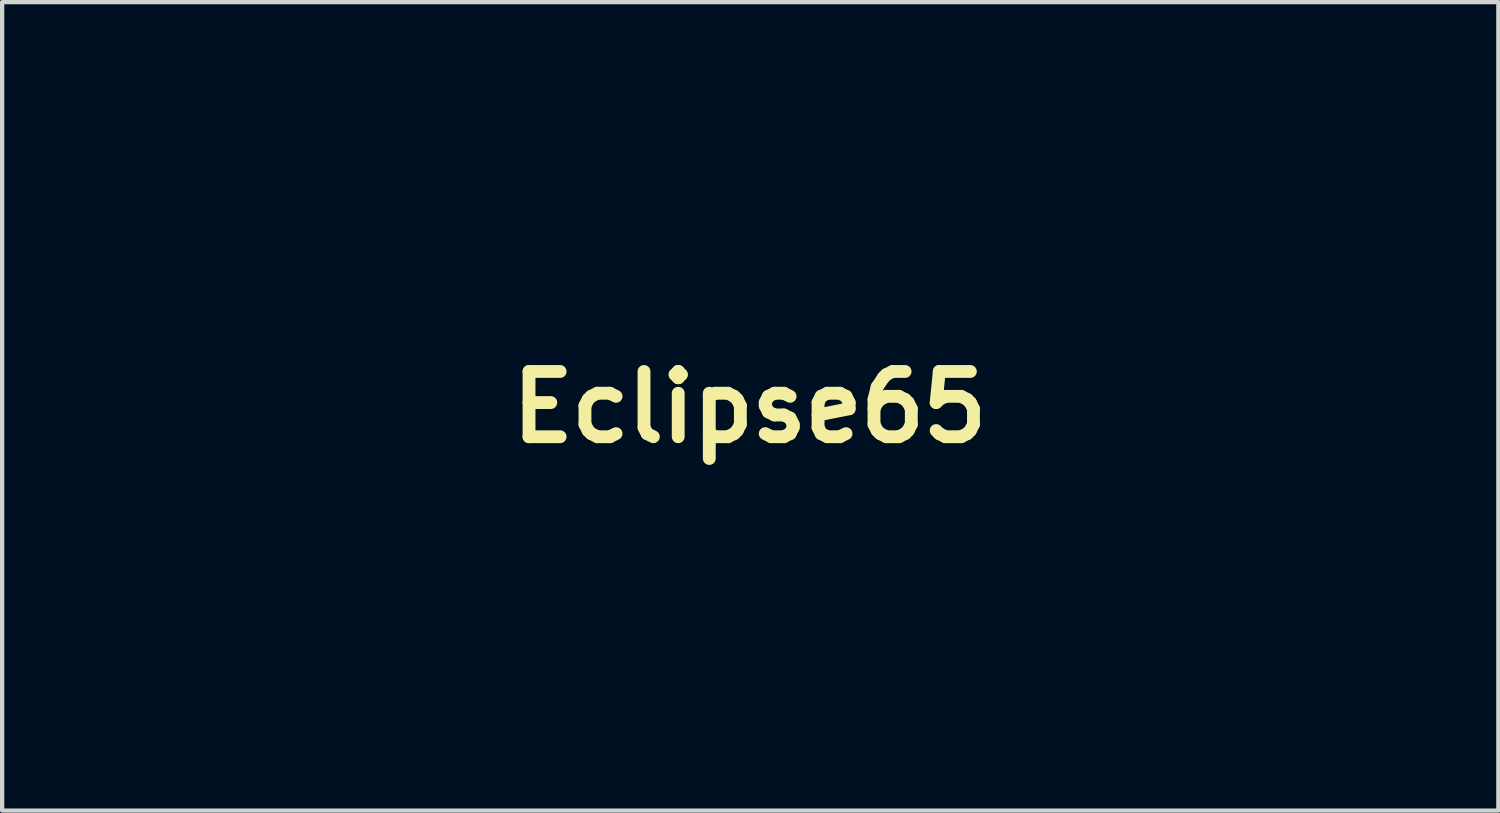
<source format=kicad_pcb>
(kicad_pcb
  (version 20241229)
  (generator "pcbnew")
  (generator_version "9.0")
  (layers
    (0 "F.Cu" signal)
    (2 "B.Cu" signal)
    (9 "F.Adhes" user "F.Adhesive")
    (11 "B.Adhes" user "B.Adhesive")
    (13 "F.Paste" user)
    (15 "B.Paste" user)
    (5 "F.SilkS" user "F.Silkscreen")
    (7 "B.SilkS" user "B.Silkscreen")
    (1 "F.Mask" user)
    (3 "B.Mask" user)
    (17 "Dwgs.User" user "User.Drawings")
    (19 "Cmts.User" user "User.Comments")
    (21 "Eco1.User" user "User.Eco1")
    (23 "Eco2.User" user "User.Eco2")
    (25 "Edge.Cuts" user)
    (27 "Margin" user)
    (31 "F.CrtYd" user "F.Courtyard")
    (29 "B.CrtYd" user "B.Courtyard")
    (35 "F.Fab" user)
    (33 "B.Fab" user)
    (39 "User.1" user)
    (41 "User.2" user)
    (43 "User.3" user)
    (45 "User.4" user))
  (footprint "Eclipse65"
    (layer "F.Cu")
    (at 14.456 6.459)
    (property "Reference" "Eclipse65" (at 0 0 0) (layer "F.SilkS") (effects (font (size 1.524 1.524) (thickness 0.3))))
    (attr through_hole)
    (fp_poly (pts (xy -13.864 0.466) (xy -13.25 0.466) (xy -13.25 0.572) (xy -13.97 0.572) (xy -13.97 -0.529) (xy -13.864 -0.529) (xy -13.864 0.466)) (stroke (width 0.01) (type solid)) (fill yes) (layer "F.Mask"))
    (fp_poly (pts (xy -0.085 -4.805) (xy 0.339 -4.805) (xy 0.339 -4.614) (xy -0.804 -4.614) (xy -0.804 -4.805) (xy -0.296 -4.805) (xy -0.296 -5.715) (xy -0.72 -5.715) (xy -0.72 -5.905) (xy -0.085 -5.905) (xy -0.085 -4.805)) (stroke (width 0.01) (type solid)) (fill yes) (layer "F.Mask"))
    (fp_poly (pts (xy -5.931 5.245) (xy -5.916 5.28) (xy -5.916 5.292) (xy -5.925 5.332) (xy -5.961 5.349) (xy -5.974 5.351) (xy -6.027 5.345) (xy -6.045 5.325) (xy -6.05 5.271) (xy -6.021 5.238) (xy -5.974 5.232) (xy -5.931 5.245)) (stroke (width 0.01) (type solid)) (fill yes) (layer "F.Mask"))
    (fp_poly (pts (xy -1.401 5.245) (xy -1.387 5.28) (xy -1.386 5.292) (xy -1.396 5.332) (xy -1.432 5.349) (xy -1.445 5.351) (xy -1.497 5.345) (xy -1.516 5.325) (xy -1.521 5.271) (xy -1.492 5.238) (xy -1.445 5.232) (xy -1.401 5.245)) (stroke (width 0.01) (type solid)) (fill yes) (layer "F.Mask"))
    (fp_poly (pts (xy 10.125 3.305) (xy 10.151 3.346) (xy 10.157 3.396) (xy 10.138 3.441) (xy 10.092 3.469) (xy 10.038 3.459) (xy 10 3.428) (xy 9.976 3.379) (xy 9.994 3.331) (xy 10.04 3.293) (xy 10.085 3.283) (xy 10.125 3.305)) (stroke (width 0.01) (type solid)) (fill yes) (layer "F.Mask"))
    (fp_poly (pts (xy 10.604 5.672) (xy 10.621 5.714) (xy 10.622 5.718) (xy 10.611 5.765) (xy 10.576 5.788) (xy 10.526 5.781) (xy 10.508 5.769) (xy 10.481 5.731) (xy 10.487 5.69) (xy 10.52 5.661) (xy 10.559 5.656) (xy 10.604 5.672)) (stroke (width 0.01) (type solid)) (fill yes) (layer "F.Mask"))
    (fp_poly (pts (xy -10.8 2.362) (xy -10.765 2.404) (xy -10.757 2.456) (xy -10.773 2.505) (xy -10.811 2.536) (xy -10.837 2.54) (xy -10.882 2.525) (xy -10.9 2.509) (xy -10.92 2.461) (xy -10.912 2.411) (xy -10.884 2.371) (xy -10.843 2.352) (xy -10.8 2.362)) (stroke (width 0.01) (type solid)) (fill yes) (layer "F.Mask"))
    (fp_poly (pts (xy -10.795 1.693) (xy -10.76 1.731) (xy -10.754 1.782) (xy -10.773 1.829) (xy -10.813 1.859) (xy -10.837 1.863) (xy -10.882 1.849) (xy -10.897 1.837) (xy -10.922 1.789) (xy -10.917 1.739) (xy -10.887 1.7) (xy -10.841 1.683) (xy -10.795 1.693)) (stroke (width 0.01) (type solid)) (fill yes) (layer "F.Mask"))
    (fp_poly (pts (xy -9.869 -1.511) (xy -9.833 -1.47) (xy -9.825 -1.418) (xy -9.842 -1.369) (xy -9.88 -1.338) (xy -9.906 -1.333) (xy -9.951 -1.349) (xy -9.969 -1.364) (xy -9.989 -1.413) (xy -9.981 -1.463) (xy -9.953 -1.503) (xy -9.912 -1.522) (xy -9.869 -1.511)) (stroke (width 0.01) (type solid)) (fill yes) (layer "F.Mask"))
    (fp_poly (pts (xy -9.864 -2.18) (xy -9.829 -2.142) (xy -9.823 -2.092) (xy -9.842 -2.044) (xy -9.882 -2.015) (xy -9.906 -2.011) (xy -9.95 -2.025) (xy -9.965 -2.036) (xy -9.991 -2.085) (xy -9.985 -2.134) (xy -9.956 -2.173) (xy -9.91 -2.191) (xy -9.864 -2.18)) (stroke (width 0.01) (type solid)) (fill yes) (layer "F.Mask"))
    (fp_poly (pts (xy -8.027 0.415) (xy -7.992 0.457) (xy -7.984 0.509) (xy -8 0.557) (xy -8.038 0.588) (xy -8.065 0.593) (xy -8.109 0.577) (xy -8.127 0.562) (xy -8.147 0.514) (xy -8.139 0.464) (xy -8.111 0.424) (xy -8.07 0.405) (xy -8.027 0.415)) (stroke (width 0.01) (type solid)) (fill yes) (layer "F.Mask"))
    (fp_poly (pts (xy -8.027 4.31) (xy -7.992 4.351) (xy -7.984 4.403) (xy -8 4.452) (xy -8.038 4.483) (xy -8.065 4.487) (xy -8.109 4.472) (xy -8.127 4.457) (xy -8.147 4.408) (xy -8.139 4.358) (xy -8.111 4.318) (xy -8.07 4.299) (xy -8.027 4.31)) (stroke (width 0.01) (type solid)) (fill yes) (layer "F.Mask"))
    (fp_poly (pts (xy -8.022 -0.254) (xy -7.987 -0.216) (xy -7.981 -0.166) (xy -8 -0.118) (xy -8.041 -0.088) (xy -8.065 -0.085) (xy -8.109 -0.099) (xy -8.124 -0.11) (xy -8.15 -0.159) (xy -8.144 -0.208) (xy -8.114 -0.247) (xy -8.069 -0.265) (xy -8.022 -0.254)) (stroke (width 0.01) (type solid)) (fill yes) (layer "F.Mask"))
    (fp_poly (pts (xy -8.022 3.641) (xy -7.987 3.679) (xy -7.981 3.729) (xy -8 3.776) (xy -8.041 3.806) (xy -8.065 3.81) (xy -8.109 3.796) (xy -8.124 3.785) (xy -8.15 3.736) (xy -8.144 3.687) (xy -8.114 3.648) (xy -8.069 3.63) (xy -8.022 3.641)) (stroke (width 0.01) (type solid)) (fill yes) (layer "F.Mask"))
    (fp_poly (pts (xy -4 -6.138) (xy -4.911 -6.138) (xy -4.911 -5.567) (xy -4.233 -5.567) (xy -4.233 -5.376) (xy -4.911 -5.376) (xy -4.911 -4.805) (xy -4 -4.805) (xy -4 -4.614) (xy -5.144 -4.614) (xy -5.144 -6.329) (xy -4 -6.329) (xy -4 -6.138)) (stroke (width 0.01) (type solid)) (fill yes) (layer "F.Mask"))
    (fp_poly (pts (xy -0.139 -6.45) (xy -0.117 -6.443) (xy -0.084 -6.416) (xy -0.052 -6.368) (xy -0.05 -6.366) (xy -0.032 -6.294) (xy -0.047 -6.229) (xy -0.088 -6.178) (xy -0.146 -6.145) (xy -0.212 -6.136) (xy -0.278 -6.158) (xy -0.314 -6.187) (xy -0.353 -6.254) (xy -0.358 -6.321) (xy -0.332 -6.382) (xy -0.283 -6.429) (xy -0.217 -6.454) (xy -0.139 -6.45)) (stroke (width 0.01) (type solid)) (fill yes) (layer "F.Mask"))
    (fp_poly (pts (xy -13.233 -2.408) (xy -13.24 -2.384) (xy -13.258 -2.369) (xy -13.295 -2.36) (xy -13.363 -2.356) (xy -13.404 -2.354) (xy -13.568 -2.348) (xy -13.568 -1.355) (xy -13.695 -1.355) (xy -13.695 -2.348) (xy -13.859 -2.354) (xy -13.942 -2.358) (xy -13.991 -2.364) (xy -14.017 -2.376) (xy -14.027 -2.396) (xy -14.03 -2.408) (xy -14.036 -2.455) (xy -13.226 -2.455) (xy -13.233 -2.408)) (stroke (width 0.01) (type solid)) (fill yes) (layer "F.Mask"))
    (fp_poly (pts (xy 6.621 1.466) (xy 6.615 1.49) (xy 6.597 1.505) (xy 6.559 1.513) (xy 6.492 1.518) (xy 6.451 1.52) (xy 6.287 1.526) (xy 6.287 2.519) (xy 6.16 2.519) (xy 6.16 1.526) (xy 5.995 1.52) (xy 5.913 1.516) (xy 5.863 1.509) (xy 5.837 1.497) (xy 5.827 1.478) (xy 5.825 1.466) (xy 5.818 1.418) (xy 6.628 1.418) (xy 6.621 1.466)) (stroke (width 0.01) (type solid)) (fill yes) (layer "F.Mask"))
    (fp_poly (pts (xy 14.002 -0.263) (xy 14.006 -0.256) (xy 14.012 -0.24) (xy 14.006 -0.22) (xy 13.985 -0.193) (xy 13.945 -0.155) (xy 13.883 -0.101) (xy 13.794 -0.029) (xy 13.699 0.047) (xy 13.577 0.143) (xy 13.485 0.216) (xy 13.418 0.268) (xy 13.371 0.302) (xy 13.341 0.32) (xy 13.324 0.327) (xy 13.314 0.323) (xy 13.308 0.312) (xy 13.305 0.305) (xy 13.294 0.272) (xy 13.293 0.263) (xy 13.308 0.248) (xy 13.352 0.211) (xy 13.419 0.156) (xy 13.504 0.088) (xy 13.602 0.011) (xy 13.605 0.008) (xy 13.705 -0.072) (xy 13.796 -0.143) (xy 13.871 -0.203) (xy 13.924 -0.246) (xy 13.95 -0.267) (xy 13.979 -0.283) (xy 14.002 -0.263)) (stroke (width 0.01) (type solid)) (fill yes) (layer "F.Mask"))
    (fp_poly (pts (xy -5.927 6.054) (xy -5.821 6.054) (xy -5.757 6.056) (xy -5.726 6.065) (xy -5.715 6.086) (xy -5.715 6.096) (xy -5.717 6.113) (xy -5.728 6.125) (xy -5.755 6.132) (xy -5.804 6.136) (xy -5.882 6.138) (xy -5.995 6.138) (xy -6.001 6.138) (xy -6.116 6.138) (xy -6.195 6.136) (xy -6.245 6.132) (xy -6.272 6.125) (xy -6.284 6.114) (xy -6.286 6.097) (xy -6.287 6.096) (xy -6.282 6.073) (xy -6.263 6.06) (xy -6.22 6.055) (xy -6.149 6.054) (xy -6.011 6.054) (xy -6.011 5.567) (xy -6.128 5.567) (xy -6.198 5.564) (xy -6.234 5.554) (xy -6.244 5.535) (xy -6.236 5.518) (xy -6.206 5.509) (xy -6.146 5.504) (xy -6.085 5.503) (xy -5.927 5.503) (xy -5.927 6.054)) (stroke (width 0.01) (type solid)) (fill yes) (layer "F.Mask"))
    (fp_poly (pts (xy -1.397 6.054) (xy -1.291 6.054) (xy -1.228 6.056) (xy -1.196 6.065) (xy -1.186 6.086) (xy -1.185 6.096) (xy -1.188 6.113) (xy -1.199 6.125) (xy -1.226 6.132) (xy -1.275 6.136) (xy -1.352 6.138) (xy -1.466 6.138) (xy -1.471 6.138) (xy -1.586 6.138) (xy -1.665 6.136) (xy -1.715 6.132) (xy -1.743 6.125) (xy -1.754 6.114) (xy -1.757 6.097) (xy -1.757 6.096) (xy -1.753 6.073) (xy -1.733 6.06) (xy -1.69 6.055) (xy -1.619 6.054) (xy -1.482 6.054) (xy -1.482 5.567) (xy -1.598 5.567) (xy -1.668 5.564) (xy -1.704 5.554) (xy -1.714 5.535) (xy -1.706 5.518) (xy -1.676 5.509) (xy -1.617 5.504) (xy -1.556 5.503) (xy -1.397 5.503) (xy -1.397 6.054)) (stroke (width 0.01) (type solid)) (fill yes) (layer "F.Mask"))
    (fp_poly (pts (xy 10.139 4.069) (xy 10.138 4.205) (xy 10.135 4.331) (xy 10.13 4.44) (xy 10.124 4.523) (xy 10.118 4.573) (xy 10.117 4.576) (xy 10.074 4.67) (xy 10.002 4.742) (xy 9.897 4.793) (xy 9.757 4.826) (xy 9.7 4.833) (xy 9.643 4.837) (xy 9.617 4.83) (xy 9.61 4.805) (xy 9.61 4.794) (xy 9.616 4.762) (xy 9.643 4.743) (xy 9.7 4.731) (xy 9.794 4.716) (xy 9.858 4.702) (xy 9.901 4.684) (xy 9.936 4.658) (xy 9.961 4.633) (xy 10.022 4.569) (xy 10.029 4.158) (xy 10.036 3.747) (xy 9.855 3.747) (xy 9.767 3.746) (xy 9.713 3.743) (xy 9.686 3.735) (xy 9.675 3.719) (xy 9.673 3.694) (xy 9.673 3.641) (xy 10.139 3.641) (xy 10.139 4.069)) (stroke (width 0.01) (type solid)) (fill yes) (layer "F.Mask"))
    (fp_poly (pts (xy -13.271 2.519) (xy -13.377 2.519) (xy -13.379 2.016) (xy -13.38 1.513) (xy -13.477 1.773) (xy -13.517 1.879) (xy -13.547 1.951) (xy -13.569 1.996) (xy -13.589 2.02) (xy -13.61 2.03) (xy -13.632 2.032) (xy -13.657 2.03) (xy -13.677 2.019) (xy -13.697 1.993) (xy -13.72 1.945) (xy -13.75 1.87) (xy -13.787 1.773) (xy -13.883 1.513) (xy -13.884 2.016) (xy -13.885 2.519) (xy -13.991 2.519) (xy -13.991 1.416) (xy -13.903 1.422) (xy -13.814 1.429) (xy -13.728 1.667) (xy -13.694 1.759) (xy -13.664 1.835) (xy -13.642 1.886) (xy -13.631 1.905) (xy -13.631 1.905) (xy -13.621 1.886) (xy -13.599 1.835) (xy -13.57 1.76) (xy -13.536 1.667) (xy -13.536 1.667) (xy -13.451 1.429) (xy -13.361 1.422) (xy -13.271 1.416) (xy -13.271 2.519)) (stroke (width 0.01) (type solid)) (fill yes) (layer "F.Mask"))
    (fp_poly (pts (xy -11.049 3.745) (xy -10.999 3.695) (xy -10.923 3.646) (xy -10.83 3.627) (xy -10.733 3.637) (xy -10.643 3.674) (xy -10.574 3.736) (xy -10.568 3.744) (xy -10.55 3.775) (xy -10.537 3.806) (xy -10.528 3.848) (xy -10.523 3.906) (xy -10.521 3.988) (xy -10.52 4.104) (xy -10.52 4.141) (xy -10.52 4.466) (xy -10.626 4.466) (xy -10.626 4.149) (xy -10.626 4.025) (xy -10.628 3.936) (xy -10.632 3.875) (xy -10.64 3.836) (xy -10.651 3.809) (xy -10.667 3.789) (xy -10.667 3.789) (xy -10.744 3.741) (xy -10.837 3.731) (xy -10.903 3.745) (xy -10.955 3.765) (xy -10.994 3.795) (xy -11.02 3.839) (xy -11.037 3.906) (xy -11.046 4) (xy -11.049 4.128) (xy -11.049 4.179) (xy -11.049 4.466) (xy -11.155 4.466) (xy -11.155 3.302) (xy -11.049 3.302) (xy -11.049 3.745)) (stroke (width 0.01) (type solid)) (fill yes) (layer "F.Mask"))
    (fp_poly (pts (xy 13.596 -0.524) (xy 13.625 -0.509) (xy 13.686 -0.449) (xy 13.721 -0.368) (xy 13.728 -0.278) (xy 13.708 -0.19) (xy 13.663 -0.116) (xy 13.607 -0.072) (xy 13.522 -0.047) (xy 13.431 -0.048) (xy 13.361 -0.07) (xy 13.295 -0.13) (xy 13.254 -0.213) (xy 13.242 -0.296) (xy 13.335 -0.296) (xy 13.351 -0.232) (xy 13.392 -0.174) (xy 13.447 -0.135) (xy 13.483 -0.127) (xy 13.528 -0.141) (xy 13.577 -0.176) (xy 13.579 -0.179) (xy 13.623 -0.247) (xy 13.631 -0.296) (xy 13.615 -0.361) (xy 13.574 -0.419) (xy 13.52 -0.457) (xy 13.483 -0.466) (xy 13.427 -0.447) (xy 13.376 -0.4) (xy 13.342 -0.338) (xy 13.335 -0.296) (xy 13.242 -0.296) (xy 13.24 -0.308) (xy 13.257 -0.403) (xy 13.271 -0.433) (xy 13.329 -0.5) (xy 13.41 -0.539) (xy 13.502 -0.548) (xy 13.596 -0.524)) (stroke (width 0.01) (type solid)) (fill yes) (layer "F.Mask"))
    (fp_poly (pts (xy -4.526 5.611) (xy -4.523 5.747) (xy -4.52 5.847) (xy -4.517 5.917) (xy -4.511 5.965) (xy -4.502 5.995) (xy -4.489 6.016) (xy -4.472 6.032) (xy -4.466 6.037) (xy -4.419 6.065) (xy -4.362 6.071) (xy -4.324 6.067) (xy -4.267 6.061) (xy -4.24 6.068) (xy -4.233 6.091) (xy -4.233 6.094) (xy -4.252 6.128) (xy -4.3 6.15) (xy -4.368 6.157) (xy -4.444 6.148) (xy -4.5 6.129) (xy -4.539 6.106) (xy -4.569 6.073) (xy -4.59 6.023) (xy -4.603 5.95) (xy -4.611 5.85) (xy -4.614 5.716) (xy -4.614 5.638) (xy -4.614 5.313) (xy -4.72 5.313) (xy -4.784 5.311) (xy -4.815 5.301) (xy -4.826 5.28) (xy -4.826 5.271) (xy -4.822 5.248) (xy -4.804 5.235) (xy -4.762 5.23) (xy -4.689 5.228) (xy -4.679 5.228) (xy -4.532 5.228) (xy -4.526 5.611)) (stroke (width 0.01) (type solid)) (fill yes) (layer "F.Mask"))
    (fp_poly (pts (xy 1.646 5.271) (xy 1.732 5.272) (xy 1.788 5.276) (xy 1.821 5.282) (xy 1.837 5.291) (xy 1.841 5.306) (xy 1.841 5.313) (xy 1.837 5.336) (xy 1.818 5.349) (xy 1.775 5.354) (xy 1.704 5.355) (xy 1.566 5.355) (xy 1.566 5.747) (xy 1.566 5.884) (xy 1.565 5.985) (xy 1.563 6.055) (xy 1.558 6.1) (xy 1.551 6.125) (xy 1.541 6.136) (xy 1.527 6.138) (xy 1.524 6.138) (xy 1.509 6.137) (xy 1.498 6.127) (xy 1.491 6.105) (xy 1.486 6.065) (xy 1.483 6) (xy 1.482 5.905) (xy 1.482 5.774) (xy 1.482 5.747) (xy 1.482 5.355) (xy 1.344 5.355) (xy 1.27 5.354) (xy 1.228 5.348) (xy 1.21 5.335) (xy 1.206 5.313) (xy 1.209 5.297) (xy 1.219 5.285) (xy 1.244 5.278) (xy 1.29 5.273) (xy 1.363 5.271) (xy 1.47 5.271) (xy 1.524 5.271) (xy 1.646 5.271)) (stroke (width 0.01) (type solid)) (fill yes) (layer "F.Mask"))
    (fp_poly (pts (xy 7.703 5.271) (xy 7.782 5.272) (xy 7.832 5.276) (xy 7.86 5.284) (xy 7.871 5.295) (xy 7.874 5.312) (xy 7.874 5.313) (xy 7.871 5.331) (xy 7.859 5.343) (xy 7.829 5.35) (xy 7.775 5.354) (xy 7.69 5.355) (xy 7.631 5.355) (xy 7.387 5.355) (xy 7.387 5.715) (xy 7.578 5.715) (xy 7.671 5.716) (xy 7.728 5.721) (xy 7.759 5.73) (xy 7.768 5.744) (xy 7.768 5.747) (xy 7.761 5.762) (xy 7.734 5.772) (xy 7.68 5.777) (xy 7.592 5.778) (xy 7.578 5.779) (xy 7.387 5.779) (xy 7.387 5.958) (xy 7.386 6.046) (xy 7.383 6.099) (xy 7.374 6.127) (xy 7.359 6.137) (xy 7.345 6.138) (xy 7.331 6.137) (xy 7.32 6.128) (xy 7.312 6.107) (xy 7.307 6.069) (xy 7.304 6.008) (xy 7.303 5.918) (xy 7.303 5.794) (xy 7.303 5.704) (xy 7.303 5.271) (xy 7.588 5.271) (xy 7.703 5.271)) (stroke (width 0.01) (type solid)) (fill yes) (layer "F.Mask"))
    (fp_poly (pts (xy -10.321 5.3) (xy -10.255 5.335) (xy -10.231 5.37) (xy -10.245 5.408) (xy -10.245 5.409) (xy -10.268 5.426) (xy -10.296 5.418) (xy -10.324 5.397) (xy -10.395 5.365) (xy -10.485 5.355) (xy -10.577 5.369) (xy -10.639 5.396) (xy -10.707 5.461) (xy -10.751 5.556) (xy -10.77 5.675) (xy -10.768 5.761) (xy -10.741 5.886) (xy -10.687 5.98) (xy -10.606 6.04) (xy -10.499 6.068) (xy -10.414 6.068) (xy -10.343 6.061) (xy -10.288 6.054) (xy -10.267 6.051) (xy -10.239 6.058) (xy -10.229 6.085) (xy -10.242 6.115) (xy -10.258 6.126) (xy -10.322 6.14) (xy -10.41 6.148) (xy -10.503 6.149) (xy -10.581 6.141) (xy -10.604 6.136) (xy -10.699 6.089) (xy -10.78 6.012) (xy -10.829 5.933) (xy -10.853 5.843) (xy -10.86 5.731) (xy -10.852 5.614) (xy -10.83 5.51) (xy -10.81 5.46) (xy -10.74 5.371) (xy -10.644 5.308) (xy -10.533 5.275) (xy -10.415 5.274) (xy -10.321 5.3)) (stroke (width 0.01) (type solid)) (fill yes) (layer "F.Mask"))
    (fp_poly (pts (xy -9.71 5.496) (xy -9.62 5.537) (xy -9.554 5.611) (xy -9.514 5.715) (xy -9.504 5.821) (xy -9.519 5.942) (xy -9.563 6.039) (xy -9.63 6.11) (xy -9.714 6.15) (xy -9.811 6.154) (xy -9.895 6.13) (xy -9.973 6.081) (xy -10.024 6.011) (xy -10.053 5.931) (xy -10.068 5.821) (xy -9.97 5.821) (xy -9.967 5.897) (xy -9.957 5.947) (xy -9.933 5.986) (xy -9.908 6.013) (xy -9.834 6.063) (xy -9.758 6.074) (xy -9.686 6.044) (xy -9.663 6.024) (xy -9.624 5.967) (xy -9.599 5.9) (xy -9.598 5.897) (xy -9.592 5.792) (xy -9.612 5.701) (xy -9.652 5.631) (xy -9.708 5.584) (xy -9.774 5.567) (xy -9.845 5.583) (xy -9.908 5.629) (xy -9.943 5.669) (xy -9.961 5.71) (xy -9.969 5.767) (xy -9.97 5.821) (xy -10.068 5.821) (xy -10.069 5.81) (xy -10.054 5.7) (xy -10.01 5.606) (xy -9.942 5.535) (xy -9.853 5.495) (xy -9.821 5.49) (xy -9.71 5.496)) (stroke (width 0.01) (type solid)) (fill yes) (layer "F.Mask"))
    (fp_poly (pts (xy -1.714 -5.699) (xy -1.714 -5.484) (xy -1.712 -5.308) (xy -1.71 -5.168) (xy -1.706 -5.062) (xy -1.701 -4.985) (xy -1.695 -4.935) (xy -1.688 -4.911) (xy -1.652 -4.868) (xy -1.596 -4.827) (xy -1.579 -4.817) (xy -1.53 -4.797) (xy -1.484 -4.788) (xy -1.427 -4.789) (xy -1.347 -4.8) (xy -1.273 -4.811) (xy -1.218 -4.818) (xy -1.193 -4.819) (xy -1.192 -4.819) (xy -1.186 -4.797) (xy -1.177 -4.748) (xy -1.173 -4.726) (xy -1.166 -4.671) (xy -1.175 -4.642) (xy -1.209 -4.625) (xy -1.241 -4.616) (xy -1.333 -4.599) (xy -1.44 -4.593) (xy -1.551 -4.595) (xy -1.65 -4.607) (xy -1.725 -4.627) (xy -1.736 -4.632) (xy -1.826 -4.704) (xy -1.892 -4.808) (xy -1.925 -4.912) (xy -1.931 -4.965) (xy -1.937 -5.054) (xy -1.941 -5.174) (xy -1.945 -5.32) (xy -1.947 -5.486) (xy -1.947 -5.631) (xy -1.947 -6.244) (xy -2.328 -6.244) (xy -2.328 -6.435) (xy -1.714 -6.435) (xy -1.714 -5.699)) (stroke (width 0.01) (type solid)) (fill yes) (layer "F.Mask"))
    (fp_poly (pts (xy 11.815 1.404) (xy 11.928 1.433) (xy 12.013 1.492) (xy 12.071 1.583) (xy 12.077 1.598) (xy 12.102 1.721) (xy 12.089 1.85) (xy 12.04 1.982) (xy 11.958 2.111) (xy 11.846 2.232) (xy 11.706 2.34) (xy 11.692 2.349) (xy 11.591 2.413) (xy 12.15 2.413) (xy 12.15 2.519) (xy 11.451 2.519) (xy 11.451 2.458) (xy 11.457 2.421) (xy 11.481 2.386) (xy 11.531 2.346) (xy 11.57 2.319) (xy 11.733 2.197) (xy 11.854 2.075) (xy 11.936 1.95) (xy 11.98 1.821) (xy 11.988 1.739) (xy 11.986 1.669) (xy 11.974 1.623) (xy 11.943 1.585) (xy 11.918 1.562) (xy 11.872 1.524) (xy 11.83 1.507) (xy 11.774 1.505) (xy 11.733 1.508) (xy 11.625 1.529) (xy 11.555 1.565) (xy 11.498 1.595) (xy 11.454 1.597) (xy 11.431 1.571) (xy 11.43 1.558) (xy 11.45 1.515) (xy 11.502 1.474) (xy 11.576 1.439) (xy 11.664 1.414) (xy 11.755 1.402) (xy 11.815 1.404)) (stroke (width 0.01) (type solid)) (fill yes) (layer "F.Mask"))
    (fp_poly (pts (xy 13.905 0.091) (xy 13.956 0.115) (xy 14.004 0.157) (xy 14.048 0.206) (xy 14.069 0.253) (xy 14.076 0.316) (xy 14.076 0.339) (xy 14.072 0.41) (xy 14.056 0.459) (xy 14.019 0.505) (xy 14.004 0.521) (xy 13.949 0.568) (xy 13.898 0.588) (xy 13.839 0.593) (xy 13.77 0.585) (xy 13.711 0.566) (xy 13.699 0.56) (xy 13.634 0.49) (xy 13.599 0.402) (xy 13.595 0.339) (xy 13.695 0.339) (xy 13.71 0.421) (xy 13.752 0.479) (xy 13.815 0.507) (xy 13.832 0.508) (xy 13.887 0.493) (xy 13.928 0.466) (xy 13.964 0.405) (xy 13.973 0.334) (xy 13.956 0.264) (xy 13.918 0.207) (xy 13.863 0.173) (xy 13.832 0.169) (xy 13.766 0.188) (xy 13.718 0.24) (xy 13.696 0.317) (xy 13.695 0.339) (xy 13.595 0.339) (xy 13.594 0.307) (xy 13.619 0.215) (xy 13.674 0.138) (xy 13.699 0.118) (xy 13.75 0.097) (xy 13.819 0.085) (xy 13.839 0.085) (xy 13.905 0.091)) (stroke (width 0.01) (type solid)) (fill yes) (layer "F.Mask"))
    (fp_poly (pts (xy 7.152 3.367) (xy 7.23 3.372) (xy 7.288 3.382) (xy 7.337 3.399) (xy 7.366 3.413) (xy 7.457 3.477) (xy 7.515 3.562) (xy 7.541 3.673) (xy 7.544 3.723) (xy 7.529 3.854) (xy 7.482 3.958) (xy 7.401 4.037) (xy 7.366 4.058) (xy 7.308 4.084) (xy 7.246 4.099) (xy 7.165 4.105) (xy 7.098 4.106) (xy 6.921 4.106) (xy 6.921 4.286) (xy 6.921 4.373) (xy 6.918 4.427) (xy 6.91 4.454) (xy 6.894 4.465) (xy 6.869 4.466) (xy 6.816 4.466) (xy 6.816 4) (xy 6.921 4) (xy 7.054 4) (xy 7.14 3.997) (xy 7.221 3.987) (xy 7.264 3.978) (xy 7.35 3.938) (xy 7.404 3.871) (xy 7.428 3.775) (xy 7.429 3.736) (xy 7.418 3.637) (xy 7.38 3.563) (xy 7.314 3.513) (xy 7.215 3.483) (xy 7.081 3.472) (xy 7.054 3.471) (xy 6.921 3.471) (xy 6.921 4) (xy 6.816 4) (xy 6.816 3.365) (xy 7.044 3.365) (xy 7.152 3.367)) (stroke (width 0.01) (type solid)) (fill yes) (layer "F.Mask"))
    (fp_poly (pts (xy 11.788 -2.454) (xy 11.865 -2.449) (xy 11.923 -2.439) (xy 11.973 -2.422) (xy 12.002 -2.408) (xy 12.093 -2.344) (xy 12.15 -2.259) (xy 12.177 -2.148) (xy 12.179 -2.098) (xy 12.165 -1.967) (xy 12.117 -1.863) (xy 12.037 -1.784) (xy 12.002 -1.763) (xy 11.943 -1.737) (xy 11.881 -1.722) (xy 11.801 -1.715) (xy 11.734 -1.714) (xy 11.557 -1.714) (xy 11.557 -1.535) (xy 11.557 -1.447) (xy 11.553 -1.394) (xy 11.545 -1.367) (xy 11.53 -1.356) (xy 11.504 -1.355) (xy 11.451 -1.355) (xy 11.451 -1.82) (xy 11.557 -1.82) (xy 11.689 -1.82) (xy 11.775 -1.824) (xy 11.857 -1.834) (xy 11.9 -1.842) (xy 11.986 -1.883) (xy 12.039 -1.95) (xy 12.063 -2.046) (xy 12.065 -2.085) (xy 12.053 -2.184) (xy 12.016 -2.257) (xy 11.949 -2.308) (xy 11.85 -2.338) (xy 11.716 -2.349) (xy 11.689 -2.349) (xy 11.557 -2.349) (xy 11.557 -1.82) (xy 11.451 -1.82) (xy 11.451 -2.455) (xy 11.68 -2.455) (xy 11.788 -2.454)) (stroke (width 0.01) (type solid)) (fill yes) (layer "F.Mask"))
    (fp_poly (pts (xy 11.955 3.646) (xy 12.051 3.68) (xy 12.123 3.732) (xy 12.137 3.75) (xy 12.157 3.786) (xy 12.148 3.81) (xy 12.126 3.827) (xy 12.091 3.845) (xy 12.061 3.835) (xy 12.037 3.815) (xy 11.946 3.751) (xy 11.854 3.727) (xy 11.754 3.742) (xy 11.716 3.756) (xy 11.634 3.811) (xy 11.582 3.897) (xy 11.558 4.013) (xy 11.557 4.053) (xy 11.57 4.176) (xy 11.609 4.268) (xy 11.677 4.331) (xy 11.775 4.368) (xy 11.906 4.378) (xy 11.964 4.376) (xy 12.047 4.37) (xy 12.096 4.371) (xy 12.12 4.378) (xy 12.128 4.394) (xy 12.129 4.413) (xy 12.118 4.45) (xy 12.078 4.47) (xy 12.062 4.474) (xy 11.965 4.485) (xy 11.856 4.484) (xy 11.754 4.472) (xy 11.704 4.459) (xy 11.607 4.416) (xy 11.537 4.354) (xy 11.498 4.296) (xy 11.452 4.178) (xy 11.438 4.053) (xy 11.455 3.929) (xy 11.501 3.816) (xy 11.573 3.723) (xy 11.649 3.668) (xy 11.742 3.638) (xy 11.848 3.631) (xy 11.955 3.646)) (stroke (width 0.01) (type solid)) (fill yes) (layer "F.Mask"))
    (fp_poly (pts (xy 9.844 5.292) (xy 9.857 5.331) (xy 9.862 5.398) (xy 9.864 5.496) (xy 9.864 5.632) (xy 9.864 5.662) (xy 9.864 6.054) (xy 9.97 6.054) (xy 10.033 6.056) (xy 10.065 6.065) (xy 10.075 6.086) (xy 10.075 6.096) (xy 10.073 6.113) (xy 10.062 6.125) (xy 10.034 6.132) (xy 9.984 6.136) (xy 9.905 6.138) (xy 9.799 6.138) (xy 9.686 6.138) (xy 9.609 6.136) (xy 9.561 6.132) (xy 9.536 6.124) (xy 9.528 6.112) (xy 9.529 6.101) (xy 9.542 6.079) (xy 9.579 6.066) (xy 9.646 6.059) (xy 9.657 6.058) (xy 9.779 6.052) (xy 9.779 5.714) (xy 9.778 5.6) (xy 9.775 5.502) (xy 9.771 5.428) (xy 9.765 5.385) (xy 9.761 5.376) (xy 9.732 5.382) (xy 9.678 5.396) (xy 9.644 5.406) (xy 9.584 5.423) (xy 9.556 5.426) (xy 9.548 5.413) (xy 9.55 5.391) (xy 9.566 5.36) (xy 9.607 5.334) (xy 9.673 5.309) (xy 9.739 5.288) (xy 9.788 5.275) (xy 9.822 5.275) (xy 9.844 5.292)) (stroke (width 0.01) (type solid)) (fill yes) (layer "F.Mask"))
    (fp_poly (pts (xy -12.933 3.936) (xy -12.931 4.057) (xy -12.926 4.16) (xy -12.919 4.238) (xy -12.91 4.282) (xy -12.909 4.283) (xy -12.862 4.341) (xy -12.794 4.372) (xy -12.716 4.378) (xy -12.639 4.359) (xy -12.574 4.316) (xy -12.539 4.263) (xy -12.524 4.202) (xy -12.514 4.105) (xy -12.51 3.969) (xy -12.509 3.917) (xy -12.509 3.641) (xy -12.404 3.641) (xy -12.404 4.381) (xy -12.35 4.381) (xy -12.305 4.393) (xy -12.284 4.414) (xy -12.277 4.439) (xy -12.285 4.454) (xy -12.317 4.463) (xy -12.382 4.473) (xy -12.388 4.473) (xy -12.448 4.48) (xy -12.478 4.476) (xy -12.487 4.456) (xy -12.488 4.435) (xy -12.497 4.388) (xy -12.518 4.369) (xy -12.543 4.384) (xy -12.545 4.388) (xy -12.601 4.441) (xy -12.681 4.475) (xy -12.773 4.487) (xy -12.864 4.474) (xy -12.917 4.45) (xy -12.96 4.418) (xy -12.992 4.377) (xy -13.014 4.323) (xy -13.028 4.247) (xy -13.036 4.144) (xy -13.039 4.007) (xy -13.039 3.96) (xy -13.039 3.641) (xy -12.933 3.641) (xy -12.933 3.936)) (stroke (width 0.01) (type solid)) (fill yes) (layer "F.Mask"))
    (fp_poly (pts (xy -10.139 0.041) (xy -10.137 0.162) (xy -10.132 0.266) (xy -10.125 0.343) (xy -10.116 0.387) (xy -10.115 0.388) (xy -10.068 0.446) (xy -10 0.478) (xy -9.922 0.484) (xy -9.845 0.465) (xy -9.78 0.421) (xy -9.745 0.368) (xy -9.73 0.307) (xy -9.72 0.21) (xy -9.716 0.074) (xy -9.716 0.022) (xy -9.716 -0.254) (xy -9.61 -0.254) (xy -9.61 0.487) (xy -9.556 0.487) (xy -9.511 0.498) (xy -9.49 0.519) (xy -9.483 0.544) (xy -9.491 0.559) (xy -9.523 0.568) (xy -9.588 0.578) (xy -9.594 0.579) (xy -9.654 0.585) (xy -9.684 0.581) (xy -9.693 0.562) (xy -9.694 0.541) (xy -9.703 0.494) (xy -9.724 0.474) (xy -9.749 0.489) (xy -9.751 0.493) (xy -9.807 0.547) (xy -9.887 0.581) (xy -9.979 0.592) (xy -10.07 0.579) (xy -10.123 0.556) (xy -10.166 0.523) (xy -10.198 0.483) (xy -10.22 0.428) (xy -10.234 0.352) (xy -10.242 0.249) (xy -10.245 0.113) (xy -10.245 0.066) (xy -10.245 -0.254) (xy -10.139 -0.254) (xy -10.139 0.041)) (stroke (width 0.01) (type solid)) (fill yes) (layer "F.Mask"))
    (fp_poly (pts (xy -0.175 5.23) (xy -0.159 5.241) (xy -0.151 5.27) (xy -0.149 5.325) (xy -0.148 5.399) (xy -0.148 5.57) (xy -0.092 5.526) (xy -0.012 5.488) (xy 0.077 5.484) (xy 0.164 5.514) (xy 0.237 5.574) (xy 0.238 5.575) (xy 0.254 5.602) (xy 0.264 5.641) (xy 0.271 5.7) (xy 0.274 5.788) (xy 0.275 5.879) (xy 0.274 5.988) (xy 0.273 6.061) (xy 0.268 6.105) (xy 0.26 6.129) (xy 0.246 6.137) (xy 0.233 6.138) (xy 0.215 6.136) (xy 0.203 6.123) (xy 0.195 6.094) (xy 0.192 6.04) (xy 0.191 5.954) (xy 0.191 5.895) (xy 0.19 5.788) (xy 0.187 5.714) (xy 0.18 5.666) (xy 0.168 5.634) (xy 0.15 5.611) (xy 0.148 5.609) (xy 0.085 5.573) (xy 0.009 5.568) (xy -0.065 5.594) (xy -0.096 5.619) (xy -0.119 5.644) (xy -0.134 5.672) (xy -0.143 5.712) (xy -0.147 5.772) (xy -0.148 5.862) (xy -0.148 5.905) (xy -0.148 6.138) (xy -0.254 6.138) (xy -0.254 5.228) (xy -0.201 5.228) (xy -0.175 5.23)) (stroke (width 0.01) (type solid)) (fill yes) (layer "F.Mask"))
    (fp_poly (pts (xy -11.997 1.871) (xy -11.995 2.034) (xy -11.99 2.16) (xy -11.983 2.253) (xy -11.972 2.32) (xy -11.955 2.365) (xy -11.93 2.394) (xy -11.897 2.412) (xy -11.854 2.423) (xy -11.84 2.426) (xy -11.73 2.431) (xy -11.643 2.405) (xy -11.581 2.349) (xy -11.577 2.343) (xy -11.563 2.316) (xy -11.553 2.285) (xy -11.545 2.243) (xy -11.54 2.183) (xy -11.538 2.1) (xy -11.536 1.987) (xy -11.536 1.847) (xy -11.536 1.418) (xy -11.43 1.418) (xy -11.43 1.857) (xy -11.431 2.024) (xy -11.434 2.153) (xy -11.441 2.252) (xy -11.453 2.327) (xy -11.471 2.382) (xy -11.496 2.424) (xy -11.529 2.458) (xy -11.559 2.482) (xy -11.632 2.515) (xy -11.728 2.533) (xy -11.828 2.532) (xy -11.916 2.514) (xy -11.938 2.504) (xy -12 2.46) (xy -12.054 2.401) (xy -12.059 2.394) (xy -12.075 2.368) (xy -12.087 2.342) (xy -12.096 2.308) (xy -12.101 2.26) (xy -12.105 2.193) (xy -12.107 2.099) (xy -12.107 1.974) (xy -12.107 1.87) (xy -12.107 1.418) (xy -12.004 1.418) (xy -11.997 1.871)) (stroke (width 0.01) (type solid)) (fill yes) (layer "F.Mask"))
    (fp_poly (pts (xy -10.738 -2.186) (xy -10.638 -2.141) (xy -10.562 -2.064) (xy -10.514 -1.96) (xy -10.499 -1.837) (xy -10.499 -1.736) (xy -11.096 -1.736) (xy -11.082 -1.677) (xy -11.044 -1.581) (xy -10.981 -1.513) (xy -10.889 -1.471) (xy -10.764 -1.453) (xy -10.705 -1.452) (xy -10.623 -1.453) (xy -10.574 -1.449) (xy -10.55 -1.44) (xy -10.542 -1.423) (xy -10.541 -1.407) (xy -10.547 -1.373) (xy -10.572 -1.351) (xy -10.621 -1.339) (xy -10.702 -1.334) (xy -10.749 -1.334) (xy -10.864 -1.341) (xy -10.955 -1.367) (xy -10.98 -1.378) (xy -11.081 -1.45) (xy -11.151 -1.549) (xy -11.188 -1.673) (xy -11.192 -1.819) (xy -11.192 -1.82) (xy -11.096 -1.82) (xy -10.599 -1.82) (xy -10.612 -1.899) (xy -10.646 -1.989) (xy -10.711 -2.054) (xy -10.8 -2.086) (xy -10.808 -2.087) (xy -10.906 -2.08) (xy -10.989 -2.035) (xy -11.051 -1.959) (xy -11.082 -1.879) (xy -11.096 -1.82) (xy -11.192 -1.82) (xy -11.191 -1.821) (xy -11.165 -1.962) (xy -11.115 -2.069) (xy -11.039 -2.143) (xy -10.936 -2.185) (xy -10.86 -2.196) (xy -10.738 -2.186)) (stroke (width 0.01) (type solid)) (fill yes) (layer "F.Mask"))
    (fp_poly (pts (xy 4.459 -2.186) (xy 4.56 -2.141) (xy 4.636 -2.064) (xy 4.683 -1.96) (xy 4.699 -1.837) (xy 4.699 -1.736) (xy 4.102 -1.736) (xy 4.116 -1.677) (xy 4.154 -1.581) (xy 4.217 -1.513) (xy 4.309 -1.471) (xy 4.433 -1.453) (xy 4.493 -1.452) (xy 4.575 -1.453) (xy 4.624 -1.449) (xy 4.648 -1.44) (xy 4.656 -1.423) (xy 4.657 -1.407) (xy 4.65 -1.373) (xy 4.626 -1.351) (xy 4.577 -1.339) (xy 4.496 -1.334) (xy 4.449 -1.334) (xy 4.334 -1.341) (xy 4.242 -1.367) (xy 4.217 -1.378) (xy 4.117 -1.45) (xy 4.047 -1.549) (xy 4.01 -1.673) (xy 4.006 -1.819) (xy 4.006 -1.82) (xy 4.102 -1.82) (xy 4.599 -1.82) (xy 4.586 -1.899) (xy 4.552 -1.989) (xy 4.487 -2.054) (xy 4.397 -2.086) (xy 4.39 -2.087) (xy 4.292 -2.08) (xy 4.209 -2.035) (xy 4.146 -1.959) (xy 4.116 -1.879) (xy 4.102 -1.82) (xy 4.006 -1.82) (xy 4.006 -1.821) (xy 4.032 -1.962) (xy 4.083 -2.069) (xy 4.159 -2.143) (xy 4.261 -2.185) (xy 4.338 -2.196) (xy 4.459 -2.186)) (stroke (width 0.01) (type solid)) (fill yes) (layer "F.Mask"))
    (fp_poly (pts (xy 5.396 3.637) (xy 5.485 3.674) (xy 5.555 3.736) (xy 5.561 3.744) (xy 5.579 3.775) (xy 5.592 3.806) (xy 5.601 3.848) (xy 5.606 3.906) (xy 5.608 3.988) (xy 5.609 4.104) (xy 5.609 4.141) (xy 5.609 4.466) (xy 5.503 4.466) (xy 5.503 4.149) (xy 5.503 4.025) (xy 5.501 3.936) (xy 5.497 3.875) (xy 5.489 3.836) (xy 5.478 3.809) (xy 5.462 3.789) (xy 5.462 3.789) (xy 5.385 3.741) (xy 5.292 3.731) (xy 5.226 3.745) (xy 5.174 3.765) (xy 5.135 3.795) (xy 5.109 3.839) (xy 5.092 3.906) (xy 5.083 4) (xy 5.08 4.128) (xy 5.08 4.179) (xy 5.08 4.466) (xy 4.974 4.466) (xy 4.974 4.053) (xy 4.974 3.912) (xy 4.975 3.807) (xy 4.977 3.733) (xy 4.981 3.685) (xy 4.988 3.658) (xy 4.997 3.645) (xy 5.01 3.641) (xy 5.016 3.641) (xy 5.052 3.656) (xy 5.059 3.679) (xy 5.066 3.722) (xy 5.089 3.727) (xy 5.13 3.694) (xy 5.131 3.694) (xy 5.207 3.646) (xy 5.299 3.627) (xy 5.396 3.637)) (stroke (width 0.01) (type solid)) (fill yes) (layer "F.Mask"))
    (fp_poly (pts (xy 5.492 1.815) (xy 5.534 1.95) (xy 5.575 2.083) (xy 5.613 2.203) (xy 5.644 2.302) (xy 5.664 2.365) (xy 5.712 2.519) (xy 5.654 2.519) (xy 5.622 2.515) (xy 5.6 2.499) (xy 5.582 2.462) (xy 5.56 2.393) (xy 5.555 2.376) (xy 5.514 2.233) (xy 5.068 2.221) (xy 5.027 2.37) (xy 5.005 2.447) (xy 4.987 2.492) (xy 4.967 2.513) (xy 4.939 2.519) (xy 4.929 2.519) (xy 4.872 2.519) (xy 4.919 2.365) (xy 4.941 2.295) (xy 4.972 2.195) (xy 4.997 2.117) (xy 5.105 2.117) (xy 5.478 2.117) (xy 5.451 2.027) (xy 5.432 1.965) (xy 5.406 1.878) (xy 5.377 1.781) (xy 5.366 1.746) (xy 5.333 1.641) (xy 5.309 1.574) (xy 5.291 1.542) (xy 5.277 1.542) (xy 5.266 1.569) (xy 5.263 1.581) (xy 5.252 1.625) (xy 5.231 1.698) (xy 5.204 1.791) (xy 5.178 1.879) (xy 5.105 2.117) (xy 4.997 2.117) (xy 5.01 2.073) (xy 5.052 1.94) (xy 5.091 1.815) (xy 5.214 1.418) (xy 5.368 1.418) (xy 5.492 1.815)) (stroke (width 0.01) (type solid)) (fill yes) (layer "F.Mask"))
    (fp_poly (pts (xy 8.185 1.687) (xy 8.285 1.733) (xy 8.361 1.809) (xy 8.409 1.913) (xy 8.424 2.036) (xy 8.424 2.138) (xy 7.827 2.138) (xy 7.841 2.196) (xy 7.879 2.292) (xy 7.942 2.36) (xy 8.034 2.402) (xy 8.159 2.42) (xy 8.218 2.421) (xy 8.3 2.421) (xy 8.349 2.424) (xy 8.373 2.433) (xy 8.381 2.451) (xy 8.382 2.467) (xy 8.376 2.501) (xy 8.351 2.523) (xy 8.302 2.535) (xy 8.221 2.54) (xy 8.174 2.54) (xy 8.059 2.532) (xy 7.968 2.507) (xy 7.943 2.495) (xy 7.842 2.423) (xy 7.772 2.324) (xy 7.735 2.2) (xy 7.731 2.055) (xy 7.731 2.053) (xy 7.827 2.053) (xy 8.324 2.053) (xy 8.311 1.975) (xy 8.277 1.885) (xy 8.212 1.82) (xy 8.123 1.787) (xy 8.115 1.786) (xy 8.017 1.794) (xy 7.934 1.838) (xy 7.872 1.915) (xy 7.841 1.995) (xy 7.827 2.053) (xy 7.731 2.053) (xy 7.732 2.053) (xy 7.758 1.912) (xy 7.808 1.805) (xy 7.884 1.731) (xy 7.987 1.688) (xy 8.063 1.677) (xy 8.185 1.687)) (stroke (width 0.01) (type solid)) (fill yes) (layer "F.Mask"))
    (fp_poly (pts (xy 10.651 5.285) (xy 10.734 5.33) (xy 10.793 5.407) (xy 10.83 5.517) (xy 10.846 5.663) (xy 10.847 5.715) (xy 10.841 5.857) (xy 10.819 5.964) (xy 10.779 6.044) (xy 10.719 6.102) (xy 10.688 6.121) (xy 10.597 6.154) (xy 10.51 6.151) (xy 10.436 6.122) (xy 10.364 6.072) (xy 10.315 5.999) (xy 10.284 5.898) (xy 10.27 5.77) (xy 10.27 5.745) (xy 10.353 5.745) (xy 10.365 5.863) (xy 10.371 5.895) (xy 10.407 5.98) (xy 10.465 6.04) (xy 10.535 6.071) (xy 10.611 6.068) (xy 10.662 6.043) (xy 10.71 5.984) (xy 10.742 5.89) (xy 10.757 5.763) (xy 10.758 5.704) (xy 10.748 5.564) (xy 10.72 5.461) (xy 10.673 5.394) (xy 10.606 5.36) (xy 10.56 5.355) (xy 10.477 5.373) (xy 10.415 5.427) (xy 10.373 5.518) (xy 10.372 5.523) (xy 10.355 5.625) (xy 10.353 5.745) (xy 10.27 5.745) (xy 10.271 5.618) (xy 10.291 5.497) (xy 10.333 5.402) (xy 10.382 5.341) (xy 10.437 5.294) (xy 10.49 5.274) (xy 10.544 5.271) (xy 10.651 5.285)) (stroke (width 0.01) (type solid)) (fill yes) (layer "F.Mask"))
    (fp_poly (pts (xy 10.958 3.635) (xy 11.058 3.68) (xy 11.134 3.756) (xy 11.181 3.861) (xy 11.197 3.984) (xy 11.197 4.085) (xy 10.6 4.085) (xy 10.614 4.143) (xy 10.652 4.24) (xy 10.715 4.308) (xy 10.807 4.35) (xy 10.931 4.368) (xy 10.991 4.369) (xy 11.073 4.368) (xy 11.122 4.371) (xy 11.146 4.381) (xy 11.154 4.398) (xy 11.155 4.414) (xy 11.148 4.448) (xy 11.124 4.47) (xy 11.075 4.482) (xy 10.994 4.487) (xy 10.947 4.487) (xy 10.832 4.48) (xy 10.741 4.454) (xy 10.715 4.443) (xy 10.615 4.371) (xy 10.545 4.271) (xy 10.508 4.148) (xy 10.504 4.002) (xy 10.504 4) (xy 10.6 4) (xy 11.097 4) (xy 11.084 3.922) (xy 11.05 3.832) (xy 10.985 3.767) (xy 10.896 3.734) (xy 10.888 3.734) (xy 10.79 3.741) (xy 10.707 3.786) (xy 10.644 3.862) (xy 10.614 3.942) (xy 10.6 4) (xy 10.504 4) (xy 10.504 4) (xy 10.531 3.859) (xy 10.581 3.752) (xy 10.657 3.678) (xy 10.759 3.635) (xy 10.836 3.625) (xy 10.958 3.635)) (stroke (width 0.01) (type solid)) (fill yes) (layer "F.Mask"))
    (fp_poly (pts (xy 12.492 1.871) (xy 12.495 2.034) (xy 12.499 2.16) (xy 12.506 2.253) (xy 12.518 2.32) (xy 12.535 2.365) (xy 12.559 2.394) (xy 12.592 2.412) (xy 12.636 2.423) (xy 12.65 2.426) (xy 12.759 2.431) (xy 12.847 2.405) (xy 12.909 2.349) (xy 12.913 2.343) (xy 12.927 2.316) (xy 12.937 2.285) (xy 12.945 2.243) (xy 12.949 2.183) (xy 12.952 2.1) (xy 12.954 1.987) (xy 12.954 1.847) (xy 12.954 1.418) (xy 13.06 1.418) (xy 13.06 1.857) (xy 13.059 2.024) (xy 13.056 2.153) (xy 13.049 2.252) (xy 13.037 2.327) (xy 13.019 2.382) (xy 12.994 2.424) (xy 12.961 2.458) (xy 12.931 2.482) (xy 12.858 2.515) (xy 12.762 2.533) (xy 12.662 2.532) (xy 12.574 2.514) (xy 12.552 2.504) (xy 12.49 2.46) (xy 12.436 2.401) (xy 12.431 2.394) (xy 12.415 2.368) (xy 12.403 2.342) (xy 12.394 2.308) (xy 12.388 2.26) (xy 12.385 2.193) (xy 12.383 2.099) (xy 12.383 1.974) (xy 12.383 1.87) (xy 12.383 1.418) (xy 12.486 1.418) (xy 12.492 1.871)) (stroke (width 0.01) (type solid)) (fill yes) (layer "F.Mask"))
    (fp_poly (pts (xy -13.431 3.762) (xy -13.389 3.897) (xy -13.348 4.03) (xy -13.31 4.151) (xy -13.279 4.249) (xy -13.259 4.313) (xy -13.211 4.466) (xy -13.269 4.466) (xy -13.301 4.463) (xy -13.323 4.447) (xy -13.341 4.409) (xy -13.363 4.341) (xy -13.368 4.323) (xy -13.409 4.18) (xy -13.632 4.174) (xy -13.855 4.168) (xy -13.896 4.317) (xy -13.918 4.394) (xy -13.936 4.439) (xy -13.956 4.46) (xy -13.984 4.466) (xy -13.994 4.466) (xy -14.051 4.466) (xy -14.004 4.313) (xy -13.982 4.243) (xy -13.951 4.142) (xy -13.926 4.064) (xy -13.818 4.064) (xy -13.445 4.064) (xy -13.472 3.974) (xy -13.491 3.912) (xy -13.517 3.825) (xy -13.546 3.729) (xy -13.557 3.694) (xy -13.59 3.589) (xy -13.614 3.522) (xy -13.632 3.49) (xy -13.646 3.489) (xy -13.657 3.517) (xy -13.66 3.528) (xy -13.671 3.572) (xy -13.692 3.645) (xy -13.719 3.738) (xy -13.745 3.826) (xy -13.818 4.064) (xy -13.926 4.064) (xy -13.913 4.02) (xy -13.871 3.887) (xy -13.832 3.762) (xy -13.709 3.365) (xy -13.555 3.365) (xy -13.431 3.762)) (stroke (width 0.01) (type solid)) (fill yes) (layer "F.Mask"))
    (fp_poly (pts (xy 7.302 -2.162) (xy 7.393 -2.096) (xy 7.461 -1.997) (xy 7.462 -1.997) (xy 7.482 -1.927) (xy 7.493 -1.832) (xy 7.496 -1.728) (xy 7.489 -1.631) (xy 7.473 -1.557) (xy 7.472 -1.556) (xy 7.414 -1.458) (xy 7.329 -1.386) (xy 7.227 -1.344) (xy 7.116 -1.336) (xy 7.027 -1.357) (xy 6.945 -1.409) (xy 6.874 -1.487) (xy 6.833 -1.565) (xy 6.82 -1.627) (xy 6.811 -1.711) (xy 6.809 -1.767) (xy 6.921 -1.767) (xy 6.934 -1.638) (xy 6.972 -1.539) (xy 7.034 -1.473) (xy 7.118 -1.442) (xy 7.154 -1.439) (xy 7.221 -1.449) (xy 7.278 -1.473) (xy 7.279 -1.474) (xy 7.337 -1.539) (xy 7.373 -1.637) (xy 7.387 -1.76) (xy 7.387 -1.767) (xy 7.375 -1.895) (xy 7.337 -1.991) (xy 7.276 -2.055) (xy 7.263 -2.062) (xy 7.179 -2.092) (xy 7.101 -2.085) (xy 7.046 -2.062) (xy 6.981 -2.005) (xy 6.939 -1.914) (xy 6.922 -1.792) (xy 6.921 -1.767) (xy 6.809 -1.767) (xy 6.809 -1.779) (xy 6.824 -1.922) (xy 6.868 -2.037) (xy 6.939 -2.121) (xy 7.037 -2.174) (xy 7.068 -2.182) (xy 7.192 -2.191) (xy 7.302 -2.162)) (stroke (width 0.01) (type solid)) (fill yes) (layer "F.Mask"))
    (fp_poly (pts (xy 12.855 -0.528) (xy 12.963 -0.526) (xy 13.048 -0.523) (xy 13.103 -0.518) (xy 13.123 -0.513) (xy 13.117 -0.489) (xy 13.099 -0.431) (xy 13.071 -0.343) (xy 13.034 -0.232) (xy 12.992 -0.102) (xy 12.947 0.032) (xy 12.894 0.192) (xy 12.852 0.315) (xy 12.819 0.408) (xy 12.793 0.475) (xy 12.773 0.519) (xy 12.755 0.546) (xy 12.74 0.56) (xy 12.723 0.566) (xy 12.714 0.568) (xy 12.673 0.567) (xy 12.658 0.557) (xy 12.664 0.532) (xy 12.682 0.474) (xy 12.71 0.386) (xy 12.746 0.277) (xy 12.788 0.15) (xy 12.816 0.064) (xy 12.861 -0.07) (xy 12.901 -0.19) (xy 12.934 -0.29) (xy 12.958 -0.365) (xy 12.972 -0.408) (xy 12.975 -0.418) (xy 12.955 -0.42) (xy 12.901 -0.422) (xy 12.821 -0.423) (xy 12.722 -0.423) (xy 12.711 -0.423) (xy 12.446 -0.423) (xy 12.446 -0.296) (xy 12.445 -0.226) (xy 12.439 -0.188) (xy 12.423 -0.172) (xy 12.395 -0.169) (xy 12.393 -0.169) (xy 12.367 -0.171) (xy 12.352 -0.182) (xy 12.344 -0.209) (xy 12.341 -0.263) (xy 12.34 -0.349) (xy 12.34 -0.529) (xy 12.732 -0.529) (xy 12.855 -0.528)) (stroke (width 0.01) (type solid)) (fill yes) (layer "F.Mask"))
    (fp_poly (pts (xy -3.68 5.493) (xy -3.592 5.533) (xy -3.523 5.603) (xy -3.481 5.696) (xy -3.471 5.778) (xy -3.471 5.842) (xy -3.703 5.842) (xy -3.797 5.843) (xy -3.875 5.847) (xy -3.927 5.853) (xy -3.944 5.858) (xy -3.944 5.887) (xy -3.929 5.935) (xy -3.927 5.939) (xy -3.877 6.007) (xy -3.795 6.052) (xy -3.69 6.071) (xy -3.627 6.07) (xy -3.561 6.067) (xy -3.526 6.072) (xy -3.514 6.088) (xy -3.514 6.097) (xy -3.533 6.127) (xy -3.583 6.147) (xy -3.653 6.157) (xy -3.734 6.155) (xy -3.812 6.139) (xy -3.915 6.089) (xy -3.987 6.012) (xy -4.009 5.967) (xy -4.037 5.855) (xy -4.036 5.767) (xy -3.958 5.767) (xy -3.939 5.772) (xy -3.886 5.776) (xy -3.809 5.778) (xy -3.755 5.779) (xy -3.551 5.779) (xy -3.565 5.72) (xy -3.602 5.645) (xy -3.666 5.593) (xy -3.746 5.569) (xy -3.828 5.578) (xy -3.856 5.59) (xy -3.888 5.622) (xy -3.923 5.675) (xy -3.95 5.732) (xy -3.958 5.767) (xy -4.036 5.767) (xy -4.035 5.744) (xy -4.006 5.644) (xy -3.952 5.563) (xy -3.889 5.518) (xy -3.782 5.487) (xy -3.68 5.493)) (stroke (width 0.01) (type solid)) (fill yes) (layer "F.Mask"))
    (fp_poly (pts (xy -6.836 5.317) (xy -6.82 5.336) (xy -6.816 5.382) (xy -6.816 5.408) (xy -6.816 5.503) (xy -6.668 5.503) (xy -6.587 5.505) (xy -6.541 5.512) (xy -6.521 5.525) (xy -6.519 5.535) (xy -6.528 5.552) (xy -6.559 5.562) (xy -6.621 5.566) (xy -6.668 5.567) (xy -6.816 5.567) (xy -6.816 5.777) (xy -6.815 5.873) (xy -6.812 5.937) (xy -6.804 5.977) (xy -6.79 6.004) (xy -6.766 6.026) (xy -6.757 6.033) (xy -6.708 6.063) (xy -6.652 6.072) (xy -6.599 6.069) (xy -6.537 6.066) (xy -6.507 6.073) (xy -6.498 6.092) (xy -6.498 6.097) (xy -6.517 6.13) (xy -6.566 6.151) (xy -6.633 6.159) (xy -6.71 6.152) (xy -6.783 6.13) (xy -6.784 6.129) (xy -6.833 6.101) (xy -6.868 6.06) (xy -6.892 6.001) (xy -6.907 5.915) (xy -6.916 5.795) (xy -6.916 5.785) (xy -6.928 5.567) (xy -7.02 5.567) (xy -7.081 5.562) (xy -7.109 5.547) (xy -7.112 5.535) (xy -7.1 5.514) (xy -7.057 5.505) (xy -7.017 5.503) (xy -6.921 5.503) (xy -6.921 5.408) (xy -6.919 5.349) (xy -6.909 5.321) (xy -6.883 5.313) (xy -6.869 5.313) (xy -6.836 5.317)) (stroke (width 0.01) (type solid)) (fill yes) (layer "F.Mask"))
    (fp_poly (pts (xy -0.803 5.317) (xy -0.788 5.336) (xy -0.783 5.382) (xy -0.783 5.408) (xy -0.783 5.503) (xy -0.635 5.503) (xy -0.554 5.505) (xy -0.508 5.512) (xy -0.489 5.525) (xy -0.487 5.535) (xy -0.496 5.552) (xy -0.527 5.562) (xy -0.589 5.566) (xy -0.635 5.567) (xy -0.783 5.567) (xy -0.783 5.777) (xy -0.783 5.873) (xy -0.78 5.937) (xy -0.772 5.977) (xy -0.757 6.004) (xy -0.733 6.026) (xy -0.725 6.033) (xy -0.676 6.063) (xy -0.62 6.072) (xy -0.566 6.069) (xy -0.505 6.066) (xy -0.475 6.073) (xy -0.466 6.092) (xy -0.466 6.097) (xy -0.484 6.13) (xy -0.533 6.151) (xy -0.601 6.159) (xy -0.677 6.152) (xy -0.751 6.13) (xy -0.751 6.129) (xy -0.801 6.101) (xy -0.836 6.06) (xy -0.859 6.001) (xy -0.874 5.915) (xy -0.883 5.795) (xy -0.884 5.785) (xy -0.895 5.567) (xy -0.987 5.567) (xy -1.049 5.562) (xy -1.076 5.547) (xy -1.079 5.535) (xy -1.067 5.514) (xy -1.025 5.505) (xy -0.984 5.503) (xy -0.889 5.503) (xy -0.889 5.408) (xy -0.887 5.349) (xy -0.876 5.321) (xy -0.85 5.313) (xy -0.836 5.313) (xy -0.803 5.317)) (stroke (width 0.01) (type solid)) (fill yes) (layer "F.Mask"))
    (fp_poly (pts (xy -10.69 -0.236) (xy -10.599 -0.17) (xy -10.53 -0.071) (xy -10.53 -0.071) (xy -10.51 -0.001) (xy -10.498 0.094) (xy -10.496 0.198) (xy -10.503 0.295) (xy -10.519 0.369) (xy -10.519 0.37) (xy -10.578 0.468) (xy -10.663 0.54) (xy -10.765 0.582) (xy -10.875 0.59) (xy -10.964 0.569) (xy -11.047 0.517) (xy -11.118 0.44) (xy -11.158 0.362) (xy -11.172 0.299) (xy -11.181 0.215) (xy -11.183 0.159) (xy -11.07 0.159) (xy -11.057 0.288) (xy -11.019 0.387) (xy -10.958 0.453) (xy -10.874 0.484) (xy -10.837 0.487) (xy -10.771 0.477) (xy -10.714 0.453) (xy -10.713 0.452) (xy -10.67 0.408) (xy -10.635 0.35) (xy -10.634 0.347) (xy -10.612 0.262) (xy -10.606 0.156) (xy -10.613 0.051) (xy -10.635 -0.031) (xy -10.683 -0.099) (xy -10.754 -0.149) (xy -10.833 -0.169) (xy -10.837 -0.169) (xy -10.916 -0.151) (xy -10.989 -0.102) (xy -11.038 -0.035) (xy -11.04 -0.031) (xy -11.058 0.033) (xy -11.068 0.115) (xy -11.07 0.159) (xy -11.183 0.159) (xy -11.183 0.147) (xy -11.167 0.004) (xy -11.124 -0.111) (xy -11.052 -0.195) (xy -10.955 -0.247) (xy -10.924 -0.256) (xy -10.8 -0.265) (xy -10.69 -0.236)) (stroke (width 0.01) (type solid)) (fill yes) (layer "F.Mask"))
    (fp_poly (pts (xy -9.759 3.659) (xy -9.667 3.724) (xy -9.599 3.824) (xy -9.599 3.824) (xy -9.579 3.894) (xy -9.567 3.988) (xy -9.564 4.092) (xy -9.571 4.19) (xy -9.588 4.264) (xy -9.588 4.265) (xy -9.646 4.363) (xy -9.731 4.435) (xy -9.834 4.477) (xy -9.944 4.485) (xy -10.033 4.464) (xy -10.116 4.412) (xy -10.186 4.334) (xy -10.227 4.256) (xy -10.241 4.194) (xy -10.249 4.11) (xy -10.251 4.053) (xy -10.139 4.053) (xy -10.126 4.183) (xy -10.088 4.282) (xy -10.027 4.348) (xy -9.943 4.379) (xy -9.906 4.381) (xy -9.839 4.372) (xy -9.783 4.348) (xy -9.781 4.347) (xy -9.739 4.303) (xy -9.704 4.244) (xy -9.703 4.242) (xy -9.681 4.156) (xy -9.674 4.051) (xy -9.682 3.946) (xy -9.703 3.864) (xy -9.751 3.796) (xy -9.823 3.746) (xy -9.902 3.725) (xy -9.906 3.725) (xy -9.985 3.744) (xy -10.057 3.793) (xy -10.107 3.86) (xy -10.109 3.864) (xy -10.126 3.927) (xy -10.137 4.009) (xy -10.139 4.053) (xy -10.251 4.053) (xy -10.252 4.042) (xy -10.236 3.899) (xy -10.192 3.784) (xy -10.121 3.699) (xy -10.024 3.647) (xy -9.993 3.639) (xy -9.869 3.63) (xy -9.759 3.659)) (stroke (width 0.01) (type solid)) (fill yes) (layer "F.Mask"))
    (fp_poly (pts (xy 3.196 -1.84) (xy 3.276 -1.854) (xy 3.37 -1.881) (xy 3.46 -1.923) (xy 3.528 -1.972) (xy 3.538 -1.982) (xy 3.598 -2.072) (xy 3.646 -2.186) (xy 3.675 -2.306) (xy 3.678 -2.332) (xy 3.685 -2.401) (xy 3.695 -2.438) (xy 3.714 -2.453) (xy 3.748 -2.455) (xy 3.751 -2.455) (xy 3.788 -2.453) (xy 3.804 -2.44) (xy 3.805 -2.405) (xy 3.799 -2.355) (xy 3.76 -2.176) (xy 3.695 -2.024) (xy 3.658 -1.966) (xy 3.592 -1.876) (xy 3.852 -1.355) (xy 3.789 -1.355) (xy 3.76 -1.357) (xy 3.736 -1.369) (xy 3.712 -1.397) (xy 3.681 -1.447) (xy 3.64 -1.527) (xy 3.617 -1.572) (xy 3.574 -1.658) (xy 3.537 -1.73) (xy 3.512 -1.778) (xy 3.502 -1.796) (xy 3.48 -1.794) (xy 3.431 -1.781) (xy 3.395 -1.77) (xy 3.325 -1.749) (xy 3.265 -1.737) (xy 3.245 -1.736) (xy 3.222 -1.734) (xy 3.208 -1.722) (xy 3.2 -1.693) (xy 3.197 -1.639) (xy 3.196 -1.551) (xy 3.196 -1.545) (xy 3.196 -1.455) (xy 3.193 -1.399) (xy 3.186 -1.369) (xy 3.171 -1.357) (xy 3.148 -1.355) (xy 3.143 -1.355) (xy 3.09 -1.355) (xy 3.09 -2.455) (xy 3.196 -2.455) (xy 3.196 -1.84)) (stroke (width 0.01) (type solid)) (fill yes) (layer "F.Mask"))
    (fp_poly (pts (xy 9.143 3.659) (xy 9.235 3.724) (xy 9.303 3.824) (xy 9.303 3.824) (xy 9.323 3.894) (xy 9.335 3.988) (xy 9.337 4.092) (xy 9.331 4.19) (xy 9.314 4.264) (xy 9.314 4.265) (xy 9.255 4.363) (xy 9.171 4.435) (xy 9.068 4.477) (xy 8.958 4.485) (xy 8.869 4.464) (xy 8.786 4.412) (xy 8.716 4.334) (xy 8.675 4.256) (xy 8.661 4.194) (xy 8.652 4.11) (xy 8.651 4.053) (xy 8.763 4.053) (xy 8.776 4.183) (xy 8.814 4.282) (xy 8.875 4.348) (xy 8.959 4.379) (xy 8.996 4.381) (xy 9.062 4.372) (xy 9.119 4.348) (xy 9.12 4.347) (xy 9.163 4.303) (xy 9.198 4.244) (xy 9.199 4.242) (xy 9.221 4.156) (xy 9.228 4.051) (xy 9.22 3.946) (xy 9.199 3.864) (xy 9.151 3.796) (xy 9.079 3.746) (xy 9 3.725) (xy 8.996 3.725) (xy 8.917 3.744) (xy 8.844 3.793) (xy 8.795 3.86) (xy 8.793 3.864) (xy 8.776 3.927) (xy 8.765 4.009) (xy 8.763 4.053) (xy 8.651 4.053) (xy 8.65 4.042) (xy 8.666 3.899) (xy 8.71 3.784) (xy 8.781 3.699) (xy 8.878 3.647) (xy 8.909 3.639) (xy 9.033 3.63) (xy 9.143 3.659)) (stroke (width 0.01) (type solid)) (fill yes) (layer "F.Mask"))
    (fp_poly (pts (xy -12.467 1.42) (xy -12.375 1.464) (xy -12.361 1.475) (xy -12.321 1.511) (xy -12.31 1.535) (xy -12.324 1.56) (xy -12.331 1.568) (xy -12.357 1.592) (xy -12.38 1.592) (xy -12.419 1.567) (xy -12.426 1.562) (xy -12.517 1.519) (xy -12.623 1.506) (xy -12.73 1.524) (xy -12.784 1.547) (xy -12.859 1.598) (xy -12.911 1.657) (xy -12.944 1.733) (xy -12.96 1.834) (xy -12.965 1.958) (xy -12.959 2.097) (xy -12.941 2.202) (xy -12.907 2.28) (xy -12.855 2.34) (xy -12.785 2.386) (xy -12.677 2.423) (xy -12.553 2.434) (xy -12.433 2.419) (xy -12.405 2.41) (xy -12.354 2.397) (xy -12.326 2.404) (xy -12.317 2.415) (xy -12.304 2.453) (xy -12.323 2.481) (xy -12.378 2.504) (xy -12.405 2.512) (xy -12.479 2.526) (xy -12.564 2.535) (xy -12.643 2.537) (xy -12.702 2.532) (xy -12.711 2.53) (xy -12.746 2.52) (xy -12.79 2.51) (xy -12.859 2.478) (xy -12.933 2.42) (xy -12.998 2.346) (xy -13.04 2.275) (xy -13.079 2.142) (xy -13.093 1.991) (xy -13.083 1.837) (xy -13.049 1.696) (xy -13.021 1.63) (xy -12.956 1.544) (xy -12.865 1.47) (xy -12.764 1.42) (xy -12.711 1.406) (xy -12.582 1.401) (xy -12.467 1.42)) (stroke (width 0.01) (type solid)) (fill yes) (layer "F.Mask"))
    (fp_poly (pts (xy 12.954 -2.453) (xy 13.047 -2.409) (xy 13.061 -2.398) (xy 13.101 -2.362) (xy 13.111 -2.338) (xy 13.097 -2.313) (xy 13.09 -2.306) (xy 13.064 -2.281) (xy 13.041 -2.281) (xy 13.002 -2.306) (xy 12.995 -2.311) (xy 12.904 -2.354) (xy 12.798 -2.367) (xy 12.692 -2.35) (xy 12.637 -2.326) (xy 12.562 -2.275) (xy 12.51 -2.216) (xy 12.477 -2.141) (xy 12.461 -2.04) (xy 12.457 -1.916) (xy 12.462 -1.777) (xy 12.48 -1.672) (xy 12.514 -1.593) (xy 12.566 -1.533) (xy 12.636 -1.488) (xy 12.744 -1.451) (xy 12.868 -1.439) (xy 12.988 -1.455) (xy 13.017 -1.463) (xy 13.067 -1.477) (xy 13.095 -1.469) (xy 13.104 -1.458) (xy 13.117 -1.421) (xy 13.098 -1.393) (xy 13.043 -1.369) (xy 13.016 -1.362) (xy 12.942 -1.348) (xy 12.857 -1.339) (xy 12.778 -1.337) (xy 12.719 -1.342) (xy 12.711 -1.344) (xy 12.675 -1.353) (xy 12.632 -1.364) (xy 12.562 -1.395) (xy 12.488 -1.454) (xy 12.423 -1.528) (xy 12.381 -1.598) (xy 12.342 -1.731) (xy 12.328 -1.882) (xy 12.338 -2.036) (xy 12.373 -2.178) (xy 12.401 -2.243) (xy 12.465 -2.33) (xy 12.556 -2.404) (xy 12.658 -2.454) (xy 12.711 -2.467) (xy 12.839 -2.473) (xy 12.954 -2.453)) (stroke (width 0.01) (type solid)) (fill yes) (layer "F.Mask"))
    (fp_poly (pts (xy 2.362 5.276) (xy 2.457 5.294) (xy 2.525 5.323) (xy 2.564 5.352) (xy 2.569 5.373) (xy 2.554 5.392) (xy 2.528 5.41) (xy 2.496 5.406) (xy 2.459 5.389) (xy 2.395 5.367) (xy 2.318 5.356) (xy 2.3 5.355) (xy 2.198 5.374) (xy 2.118 5.427) (xy 2.061 5.512) (xy 2.03 5.625) (xy 2.025 5.704) (xy 2.038 5.832) (xy 2.072 5.935) (xy 2.127 6.008) (xy 2.146 6.022) (xy 2.221 6.054) (xy 2.315 6.072) (xy 2.404 6.07) (xy 2.423 6.066) (xy 2.454 6.055) (xy 2.47 6.036) (xy 2.475 5.996) (xy 2.472 5.931) (xy 2.466 5.81) (xy 2.365 5.804) (xy 2.298 5.795) (xy 2.268 5.777) (xy 2.265 5.767) (xy 2.275 5.75) (xy 2.309 5.74) (xy 2.375 5.736) (xy 2.413 5.736) (xy 2.561 5.736) (xy 2.561 5.924) (xy 2.56 6.02) (xy 2.554 6.081) (xy 2.533 6.117) (xy 2.493 6.136) (xy 2.426 6.145) (xy 2.372 6.15) (xy 2.252 6.148) (xy 2.17 6.129) (xy 2.071 6.071) (xy 1.996 5.981) (xy 1.947 5.864) (xy 1.927 5.725) (xy 1.926 5.7) (xy 1.942 5.571) (xy 1.987 5.456) (xy 2.056 5.364) (xy 2.145 5.302) (xy 2.173 5.291) (xy 2.261 5.275) (xy 2.362 5.276)) (stroke (width 0.01) (type solid)) (fill yes) (layer "F.Mask"))
    (fp_poly (pts (xy 4.799 5.505) (xy 4.806 5.516) (xy 4.794 5.54) (xy 4.761 5.586) (xy 4.71 5.65) (xy 4.644 5.739) (xy 4.606 5.802) (xy 4.594 5.844) (xy 4.607 5.869) (xy 4.61 5.871) (xy 4.631 5.892) (xy 4.669 5.937) (xy 4.718 5.998) (xy 4.728 6.01) (xy 4.778 6.074) (xy 4.804 6.113) (xy 4.809 6.131) (xy 4.794 6.138) (xy 4.776 6.138) (xy 4.738 6.128) (xy 4.693 6.093) (xy 4.636 6.028) (xy 4.624 6.012) (xy 4.524 5.885) (xy 4.427 6.012) (xy 4.367 6.084) (xy 4.321 6.125) (xy 4.282 6.138) (xy 4.279 6.138) (xy 4.244 6.135) (xy 4.245 6.116) (xy 4.257 6.097) (xy 4.285 6.06) (xy 4.329 6.002) (xy 4.379 5.938) (xy 4.472 5.82) (xy 4.37 5.688) (xy 4.319 5.622) (xy 4.277 5.567) (xy 4.251 5.533) (xy 4.248 5.53) (xy 4.244 5.51) (xy 4.276 5.503) (xy 4.281 5.503) (xy 4.32 5.514) (xy 4.365 5.551) (xy 4.421 5.619) (xy 4.422 5.62) (xy 4.468 5.678) (xy 4.505 5.72) (xy 4.525 5.736) (xy 4.525 5.736) (xy 4.545 5.721) (xy 4.582 5.68) (xy 4.629 5.623) (xy 4.632 5.62) (xy 4.691 5.551) (xy 4.737 5.514) (xy 4.775 5.503) (xy 4.799 5.505)) (stroke (width 0.01) (type solid)) (fill yes) (layer "F.Mask"))
    (fp_poly (pts (xy 6.13 5.276) (xy 6.225 5.294) (xy 6.293 5.323) (xy 6.331 5.352) (xy 6.337 5.373) (xy 6.322 5.392) (xy 6.296 5.41) (xy 6.264 5.406) (xy 6.227 5.389) (xy 6.163 5.367) (xy 6.086 5.356) (xy 6.068 5.355) (xy 5.966 5.374) (xy 5.885 5.427) (xy 5.828 5.512) (xy 5.798 5.625) (xy 5.793 5.704) (xy 5.805 5.832) (xy 5.84 5.935) (xy 5.895 6.008) (xy 5.914 6.022) (xy 5.989 6.054) (xy 6.082 6.072) (xy 6.171 6.07) (xy 6.191 6.066) (xy 6.222 6.055) (xy 6.238 6.036) (xy 6.242 5.996) (xy 6.24 5.931) (xy 6.234 5.81) (xy 6.133 5.804) (xy 6.066 5.795) (xy 6.035 5.777) (xy 6.032 5.767) (xy 6.042 5.75) (xy 6.076 5.74) (xy 6.142 5.736) (xy 6.181 5.736) (xy 6.329 5.736) (xy 6.329 5.924) (xy 6.328 6.02) (xy 6.321 6.081) (xy 6.301 6.117) (xy 6.261 6.136) (xy 6.194 6.145) (xy 6.14 6.15) (xy 6.019 6.148) (xy 5.937 6.129) (xy 5.839 6.071) (xy 5.764 5.981) (xy 5.715 5.864) (xy 5.694 5.725) (xy 5.694 5.7) (xy 5.71 5.571) (xy 5.755 5.456) (xy 5.824 5.364) (xy 5.913 5.302) (xy 5.941 5.291) (xy 6.029 5.275) (xy 6.13 5.276)) (stroke (width 0.01) (type solid)) (fill yes) (layer "F.Mask"))
    (fp_poly (pts (xy 2.947 5.276) (xy 3.042 5.283) (xy 3.126 5.295) (xy 3.188 5.309) (xy 3.203 5.314) (xy 3.269 5.368) (xy 3.311 5.449) (xy 3.323 5.535) (xy 3.308 5.635) (xy 3.259 5.715) (xy 3.223 5.75) (xy 3.169 5.796) (xy 3.257 5.955) (xy 3.296 6.029) (xy 3.327 6.087) (xy 3.343 6.122) (xy 3.344 6.127) (xy 3.326 6.136) (xy 3.297 6.138) (xy 3.268 6.13) (xy 3.238 6.101) (xy 3.201 6.045) (xy 3.162 5.974) (xy 3.075 5.81) (xy 2.956 5.804) (xy 2.836 5.798) (xy 2.836 5.968) (xy 2.835 6.053) (xy 2.831 6.103) (xy 2.822 6.129) (xy 2.805 6.138) (xy 2.794 6.138) (xy 2.78 6.137) (xy 2.769 6.128) (xy 2.762 6.108) (xy 2.757 6.069) (xy 2.754 6.008) (xy 2.752 5.919) (xy 2.752 5.795) (xy 2.752 5.702) (xy 2.752 5.355) (xy 2.836 5.355) (xy 2.836 5.715) (xy 2.982 5.715) (xy 3.075 5.711) (xy 3.137 5.698) (xy 3.173 5.678) (xy 3.207 5.632) (xy 3.23 5.57) (xy 3.231 5.563) (xy 3.235 5.507) (xy 3.219 5.465) (xy 3.179 5.42) (xy 3.14 5.384) (xy 3.102 5.365) (xy 3.049 5.357) (xy 2.976 5.355) (xy 2.836 5.355) (xy 2.752 5.355) (xy 2.752 5.265) (xy 2.947 5.276)) (stroke (width 0.01) (type solid)) (fill yes) (layer "F.Mask"))
    (fp_poly (pts (xy 8.353 3.631) (xy 8.422 3.67) (xy 8.469 3.74) (xy 8.498 3.846) (xy 8.498 3.847) (xy 8.506 3.903) (xy 8.5 3.929) (xy 8.474 3.937) (xy 8.447 3.937) (xy 8.403 3.933) (xy 8.385 3.913) (xy 8.382 3.863) (xy 8.366 3.783) (xy 8.322 3.73) (xy 8.254 3.709) (xy 8.219 3.711) (xy 8.146 3.732) (xy 8.092 3.77) (xy 8.053 3.831) (xy 8.027 3.92) (xy 8.011 4.043) (xy 8.005 4.143) (xy 7.996 4.381) (xy 8.115 4.381) (xy 8.183 4.383) (xy 8.219 4.391) (xy 8.232 4.408) (xy 8.234 4.424) (xy 8.231 4.441) (xy 8.22 4.453) (xy 8.193 4.46) (xy 8.143 4.464) (xy 8.063 4.466) (xy 7.959 4.466) (xy 7.846 4.466) (xy 7.77 4.464) (xy 7.722 4.46) (xy 7.696 4.452) (xy 7.685 4.44) (xy 7.684 4.424) (xy 7.689 4.398) (xy 7.713 4.386) (xy 7.765 4.382) (xy 7.789 4.381) (xy 7.895 4.381) (xy 7.895 3.725) (xy 7.811 3.725) (xy 7.755 3.722) (xy 7.731 3.707) (xy 7.726 3.683) (xy 7.731 3.659) (xy 7.751 3.646) (xy 7.798 3.641) (xy 7.85 3.641) (xy 7.974 3.641) (xy 8.004 3.821) (xy 8.032 3.755) (xy 8.084 3.677) (xy 8.16 3.633) (xy 8.255 3.619) (xy 8.353 3.631)) (stroke (width 0.01) (type solid)) (fill yes) (layer "F.Mask"))
    (fp_poly (pts (xy -8.708 3.631) (xy -8.638 3.67) (xy -8.591 3.74) (xy -8.563 3.846) (xy -8.563 3.847) (xy -8.555 3.903) (xy -8.56 3.929) (xy -8.586 3.937) (xy -8.613 3.937) (xy -8.657 3.933) (xy -8.675 3.913) (xy -8.678 3.863) (xy -8.694 3.783) (xy -8.739 3.73) (xy -8.806 3.709) (xy -8.841 3.711) (xy -8.914 3.732) (xy -8.969 3.77) (xy -9.008 3.831) (xy -9.034 3.92) (xy -9.049 4.043) (xy -9.055 4.143) (xy -9.065 4.381) (xy -8.946 4.381) (xy -8.877 4.383) (xy -8.841 4.391) (xy -8.828 4.408) (xy -8.826 4.424) (xy -8.829 4.441) (xy -8.84 4.453) (xy -8.868 4.46) (xy -8.918 4.464) (xy -8.997 4.466) (xy -9.102 4.466) (xy -9.214 4.466) (xy -9.291 4.464) (xy -9.339 4.46) (xy -9.364 4.452) (xy -9.375 4.44) (xy -9.377 4.424) (xy -9.371 4.398) (xy -9.348 4.386) (xy -9.295 4.382) (xy -9.271 4.381) (xy -9.165 4.381) (xy -9.165 3.725) (xy -9.25 3.725) (xy -9.305 3.722) (xy -9.33 3.707) (xy -9.335 3.683) (xy -9.33 3.659) (xy -9.309 3.646) (xy -9.263 3.641) (xy -9.21 3.641) (xy -9.086 3.641) (xy -9.071 3.731) (xy -9.056 3.821) (xy -9.028 3.755) (xy -8.977 3.677) (xy -8.901 3.633) (xy -8.805 3.619) (xy -8.708 3.631)) (stroke (width 0.01) (type solid)) (fill yes) (layer "F.Mask"))
    (fp_poly (pts (xy 9.263 -2.189) (xy 9.332 -2.151) (xy 9.379 -2.081) (xy 9.408 -1.975) (xy 9.408 -1.974) (xy 9.416 -1.918) (xy 9.41 -1.892) (xy 9.384 -1.884) (xy 9.358 -1.884) (xy 9.314 -1.888) (xy 9.296 -1.908) (xy 9.292 -1.958) (xy 9.276 -2.038) (xy 9.232 -2.091) (xy 9.164 -2.112) (xy 9.129 -2.109) (xy 9.056 -2.089) (xy 9.002 -2.051) (xy 8.963 -1.99) (xy 8.937 -1.9) (xy 8.921 -1.778) (xy 8.915 -1.677) (xy 8.906 -1.439) (xy 9.025 -1.439) (xy 9.093 -1.438) (xy 9.129 -1.43) (xy 9.143 -1.413) (xy 9.144 -1.397) (xy 9.142 -1.38) (xy 9.13 -1.368) (xy 9.103 -1.361) (xy 9.053 -1.357) (xy 8.973 -1.355) (xy 8.869 -1.355) (xy 8.756 -1.355) (xy 8.68 -1.357) (xy 8.632 -1.361) (xy 8.606 -1.369) (xy 8.596 -1.381) (xy 8.594 -1.397) (xy 8.599 -1.422) (xy 8.623 -1.435) (xy 8.675 -1.439) (xy 8.7 -1.439) (xy 8.805 -1.439) (xy 8.805 -2.095) (xy 8.721 -2.095) (xy 8.665 -2.099) (xy 8.641 -2.113) (xy 8.636 -2.138) (xy 8.641 -2.162) (xy 8.661 -2.174) (xy 8.708 -2.179) (xy 8.76 -2.18) (xy 8.885 -2.18) (xy 8.899 -2.09) (xy 8.914 -2) (xy 8.942 -2.066) (xy 8.994 -2.144) (xy 9.07 -2.188) (xy 9.165 -2.201) (xy 9.263 -2.189)) (stroke (width 0.01) (type solid)) (fill yes) (layer "F.Mask"))
    (fp_poly (pts (xy -11.856 3.389) (xy -11.84 3.404) (xy -11.833 3.441) (xy -11.832 3.509) (xy -11.832 3.514) (xy -11.832 3.641) (xy -11.642 3.641) (xy -11.551 3.641) (xy -11.495 3.645) (xy -11.465 3.652) (xy -11.453 3.666) (xy -11.451 3.683) (xy -11.454 3.703) (xy -11.469 3.716) (xy -11.504 3.722) (xy -11.567 3.725) (xy -11.642 3.725) (xy -11.832 3.725) (xy -11.832 3.942) (xy -11.829 4.081) (xy -11.82 4.184) (xy -11.803 4.257) (xy -11.776 4.307) (xy -11.736 4.341) (xy -11.71 4.354) (xy -11.605 4.376) (xy -11.534 4.373) (xy -11.473 4.367) (xy -11.442 4.372) (xy -11.427 4.394) (xy -11.423 4.407) (xy -11.42 4.444) (xy -11.439 4.469) (xy -11.487 4.482) (xy -11.569 4.487) (xy -11.601 4.487) (xy -11.691 4.483) (xy -11.754 4.47) (xy -11.808 4.443) (xy -11.813 4.439) (xy -11.86 4.4) (xy -11.893 4.351) (xy -11.916 4.284) (xy -11.929 4.193) (xy -11.936 4.07) (xy -11.937 3.985) (xy -11.938 3.725) (xy -12.054 3.725) (xy -12.122 3.723) (xy -12.157 3.716) (xy -12.17 3.698) (xy -12.171 3.683) (xy -12.166 3.659) (xy -12.144 3.646) (xy -12.095 3.641) (xy -12.054 3.641) (xy -11.938 3.641) (xy -11.938 3.514) (xy -11.937 3.443) (xy -11.931 3.405) (xy -11.915 3.39) (xy -11.887 3.387) (xy -11.885 3.387) (xy -11.856 3.389)) (stroke (width 0.01) (type solid)) (fill yes) (layer "F.Mask"))
    (fp_poly (pts (xy -11.587 -2.169) (xy -11.525 -2.134) (xy -11.461 -2.065) (xy -11.419 -1.972) (xy -11.396 -1.847) (xy -11.395 -1.833) (xy -11.393 -1.679) (xy -11.42 -1.551) (xy -11.474 -1.453) (xy -11.506 -1.42) (xy -11.597 -1.362) (xy -11.697 -1.336) (xy -11.795 -1.343) (xy -11.882 -1.38) (xy -11.926 -1.421) (xy -11.98 -1.485) (xy -11.98 -0.995) (xy -12.086 -0.995) (xy -12.086 -1.587) (xy -12.086 -1.761) (xy -12.086 -1.783) (xy -11.979 -1.783) (xy -11.976 -1.684) (xy -11.961 -1.6) (xy -11.949 -1.567) (xy -11.888 -1.489) (xy -11.806 -1.446) (xy -11.708 -1.44) (xy -11.633 -1.46) (xy -11.575 -1.503) (xy -11.532 -1.576) (xy -11.506 -1.668) (xy -11.498 -1.77) (xy -11.508 -1.871) (xy -11.539 -1.962) (xy -11.57 -2.01) (xy -11.641 -2.066) (xy -11.725 -2.09) (xy -11.81 -2.081) (xy -11.886 -2.043) (xy -11.942 -1.975) (xy -11.95 -1.958) (xy -11.97 -1.88) (xy -11.979 -1.783) (xy -12.086 -1.783) (xy -12.086 -1.897) (xy -12.084 -2) (xy -12.082 -2.074) (xy -12.078 -2.125) (xy -12.073 -2.156) (xy -12.065 -2.173) (xy -12.056 -2.179) (xy -12.044 -2.18) (xy -12.013 -2.17) (xy -12.002 -2.133) (xy -12.002 -2.117) (xy -11.997 -2.068) (xy -11.982 -2.057) (xy -11.952 -2.085) (xy -11.935 -2.106) (xy -11.868 -2.158) (xy -11.78 -2.187) (xy -11.682 -2.191) (xy -11.587 -2.169)) (stroke (width 0.01) (type solid)) (fill yes) (layer "F.Mask"))
    (fp_poly (pts (xy -9.062 -0.505) (xy -9.046 -0.491) (xy -9.039 -0.454) (xy -9.038 -0.385) (xy -9.038 -0.381) (xy -9.038 -0.254) (xy -8.848 -0.254) (xy -8.757 -0.253) (xy -8.701 -0.25) (xy -8.671 -0.242) (xy -8.659 -0.228) (xy -8.657 -0.212) (xy -8.66 -0.192) (xy -8.675 -0.179) (xy -8.71 -0.172) (xy -8.773 -0.17) (xy -8.848 -0.169) (xy -9.038 -0.169) (xy -9.038 0.048) (xy -9.035 0.186) (xy -9.026 0.289) (xy -9.009 0.362) (xy -8.982 0.413) (xy -8.942 0.446) (xy -8.916 0.459) (xy -8.811 0.482) (xy -8.74 0.478) (xy -8.679 0.472) (xy -8.648 0.478) (xy -8.633 0.499) (xy -8.629 0.512) (xy -8.626 0.55) (xy -8.645 0.574) (xy -8.693 0.587) (xy -8.775 0.592) (xy -8.807 0.592) (xy -8.897 0.589) (xy -8.96 0.575) (xy -9.014 0.548) (xy -9.019 0.544) (xy -9.066 0.505) (xy -9.099 0.456) (xy -9.122 0.389) (xy -9.135 0.298) (xy -9.142 0.176) (xy -9.143 0.09) (xy -9.144 -0.169) (xy -9.26 -0.169) (xy -9.328 -0.171) (xy -9.363 -0.179) (xy -9.376 -0.197) (xy -9.377 -0.212) (xy -9.372 -0.236) (xy -9.35 -0.249) (xy -9.301 -0.254) (xy -9.26 -0.254) (xy -9.144 -0.254) (xy -9.144 -0.381) (xy -9.143 -0.451) (xy -9.137 -0.489) (xy -9.121 -0.505) (xy -9.093 -0.508) (xy -9.091 -0.508) (xy -9.062 -0.505)) (stroke (width 0.01) (type solid)) (fill yes) (layer "F.Mask"))
    (fp_poly (pts (xy -5.462 5.231) (xy -5.449 5.247) (xy -5.443 5.282) (xy -5.44 5.346) (xy -5.44 5.412) (xy -5.44 5.595) (xy -5.389 5.548) (xy -5.314 5.503) (xy -5.224 5.488) (xy -5.132 5.501) (xy -5.05 5.538) (xy -4.99 5.6) (xy -4.984 5.611) (xy -4.961 5.688) (xy -4.954 5.785) (xy -4.964 5.883) (xy -4.988 5.961) (xy -5.047 6.039) (xy -5.138 6.099) (xy -5.253 6.138) (xy -5.325 6.148) (xy -5.4 6.151) (xy -5.461 6.15) (xy -5.487 6.146) (xy -5.5 6.139) (xy -5.509 6.124) (xy -5.516 6.094) (xy -5.517 6.075) (xy -5.445 6.075) (xy -5.357 6.075) (xy -5.28 6.067) (xy -5.206 6.048) (xy -5.197 6.045) (xy -5.122 5.993) (xy -5.069 5.916) (xy -5.041 5.826) (xy -5.041 5.733) (xy -5.071 5.648) (xy -5.102 5.609) (xy -5.164 5.574) (xy -5.242 5.567) (xy -5.321 5.587) (xy -5.369 5.617) (xy -5.396 5.643) (xy -5.414 5.672) (xy -5.425 5.713) (xy -5.431 5.777) (xy -5.436 5.871) (xy -5.445 6.075) (xy -5.517 6.075) (xy -5.52 6.045) (xy -5.523 5.971) (xy -5.524 5.866) (xy -5.524 5.726) (xy -5.524 5.682) (xy -5.524 5.532) (xy -5.524 5.42) (xy -5.522 5.339) (xy -5.518 5.285) (xy -5.513 5.252) (xy -5.504 5.235) (xy -5.493 5.229) (xy -5.482 5.228) (xy -5.462 5.231)) (stroke (width 0.01) (type solid)) (fill yes) (layer "F.Mask"))
    (fp_poly (pts (xy -2.972 -5.919) (xy -2.823 -5.885) (xy -2.704 -5.822) (xy -2.614 -5.729) (xy -2.609 -5.721) (xy -2.59 -5.687) (xy -2.59 -5.663) (xy -2.614 -5.634) (xy -2.654 -5.6) (xy -2.734 -5.533) (xy -2.812 -5.611) (xy -2.916 -5.687) (xy -3.038 -5.725) (xy -3.166 -5.724) (xy -3.286 -5.687) (xy -3.382 -5.617) (xy -3.45 -5.517) (xy -3.489 -5.39) (xy -3.497 -5.273) (xy -3.484 -5.126) (xy -3.446 -5.009) (xy -3.378 -4.917) (xy -3.28 -4.845) (xy -3.27 -4.84) (xy -3.217 -4.817) (xy -3.158 -4.803) (xy -3.08 -4.797) (xy -2.995 -4.796) (xy -2.899 -4.798) (xy -2.809 -4.803) (xy -2.742 -4.81) (xy -2.727 -4.812) (xy -2.65 -4.827) (xy -2.641 -4.737) (xy -2.639 -4.676) (xy -2.645 -4.633) (xy -2.649 -4.626) (xy -2.68 -4.614) (xy -2.744 -4.606) (xy -2.832 -4.601) (xy -2.934 -4.599) (xy -3.042 -4.599) (xy -3.146 -4.603) (xy -3.236 -4.61) (xy -3.305 -4.62) (xy -3.325 -4.625) (xy -3.431 -4.676) (xy -3.534 -4.757) (xy -3.619 -4.854) (xy -3.662 -4.926) (xy -3.696 -5.031) (xy -3.717 -5.161) (xy -3.722 -5.3) (xy -3.711 -5.433) (xy -3.705 -5.466) (xy -3.655 -5.612) (xy -3.57 -5.737) (xy -3.456 -5.834) (xy -3.431 -5.849) (xy -3.357 -5.885) (xy -3.285 -5.907) (xy -3.197 -5.919) (xy -3.152 -5.922) (xy -2.972 -5.919)) (stroke (width 0.01) (type solid)) (fill yes) (layer "F.Mask"))
    (fp_poly (pts (xy 12.634 3.389) (xy 12.65 3.404) (xy 12.656 3.441) (xy 12.658 3.509) (xy 12.658 3.514) (xy 12.658 3.641) (xy 12.848 3.641) (xy 12.939 3.641) (xy 12.995 3.645) (xy 13.025 3.652) (xy 13.037 3.666) (xy 13.039 3.683) (xy 13.035 3.703) (xy 13.021 3.716) (xy 12.986 3.722) (xy 12.923 3.725) (xy 12.848 3.725) (xy 12.658 3.725) (xy 12.658 3.942) (xy 12.66 4.081) (xy 12.669 4.184) (xy 12.687 4.257) (xy 12.714 4.307) (xy 12.754 4.341) (xy 12.78 4.354) (xy 12.884 4.376) (xy 12.956 4.373) (xy 13.017 4.367) (xy 13.048 4.372) (xy 13.063 4.394) (xy 13.067 4.407) (xy 13.07 4.444) (xy 13.05 4.469) (xy 13.003 4.482) (xy 12.921 4.487) (xy 12.888 4.487) (xy 12.799 4.483) (xy 12.736 4.47) (xy 12.682 4.443) (xy 12.677 4.439) (xy 12.63 4.4) (xy 12.597 4.351) (xy 12.574 4.284) (xy 12.561 4.193) (xy 12.554 4.07) (xy 12.553 3.985) (xy 12.552 3.725) (xy 12.435 3.725) (xy 12.368 3.723) (xy 12.333 3.716) (xy 12.32 3.698) (xy 12.319 3.683) (xy 12.324 3.659) (xy 12.346 3.646) (xy 12.395 3.641) (xy 12.435 3.641) (xy 12.552 3.641) (xy 12.552 3.514) (xy 12.553 3.443) (xy 12.559 3.405) (xy 12.574 3.39) (xy 12.603 3.387) (xy 12.605 3.387) (xy 12.634 3.389)) (stroke (width 0.01) (type solid)) (fill yes) (layer "F.Mask"))
    (fp_poly (pts (xy 13.906 2.18) (xy 13.981 2.18) (xy 14.032 2.185) (xy 14.052 2.203) (xy 14.055 2.223) (xy 14.046 2.252) (xy 14.014 2.263) (xy 13.981 2.265) (xy 13.906 2.265) (xy 13.906 2.392) (xy 13.905 2.462) (xy 13.899 2.5) (xy 13.884 2.516) (xy 13.855 2.519) (xy 13.854 2.519) (xy 13.824 2.516) (xy 13.808 2.501) (xy 13.802 2.465) (xy 13.801 2.396) (xy 13.801 2.392) (xy 13.801 2.265) (xy 13.524 2.265) (xy 13.411 2.264) (xy 13.335 2.263) (xy 13.287 2.258) (xy 13.264 2.251) (xy 13.256 2.239) (xy 13.258 2.228) (xy 13.266 2.194) (xy 13.279 2.128) (xy 13.296 2.037) (xy 13.315 1.929) (xy 13.323 1.884) (xy 13.348 1.745) (xy 13.367 1.642) (xy 13.381 1.571) (xy 13.393 1.524) (xy 13.404 1.497) (xy 13.416 1.485) (xy 13.431 1.481) (xy 13.451 1.482) (xy 13.452 1.482) (xy 13.491 1.484) (xy 13.504 1.489) (xy 13.501 1.512) (xy 13.491 1.568) (xy 13.477 1.648) (xy 13.46 1.743) (xy 13.441 1.844) (xy 13.423 1.942) (xy 13.407 2.029) (xy 13.395 2.095) (xy 13.387 2.132) (xy 13.387 2.133) (xy 13.384 2.154) (xy 13.391 2.168) (xy 13.415 2.176) (xy 13.464 2.179) (xy 13.545 2.18) (xy 13.589 2.18) (xy 13.801 2.18) (xy 13.801 1.418) (xy 13.906 1.418) (xy 13.906 2.18)) (stroke (width 0.01) (type solid)) (fill yes) (layer "F.Mask"))
    (fp_poly (pts (xy 5.964 -2.517) (xy 5.98 -2.505) (xy 5.988 -2.474) (xy 5.99 -2.414) (xy 5.99 -2.363) (xy 5.992 -2.275) (xy 5.997 -2.195) (xy 6.003 -2.14) (xy 6.003 -2.14) (xy 6.017 -2.074) (xy 6.068 -2.125) (xy 6.143 -2.173) (xy 6.238 -2.193) (xy 6.338 -2.186) (xy 6.432 -2.152) (xy 6.502 -2.097) (xy 6.562 -2.002) (xy 6.592 -1.887) (xy 6.595 -1.765) (xy 6.572 -1.644) (xy 6.523 -1.536) (xy 6.45 -1.451) (xy 6.434 -1.439) (xy 6.333 -1.386) (xy 6.208 -1.351) (xy 6.076 -1.335) (xy 5.955 -1.341) (xy 5.921 -1.348) (xy 5.91 -1.354) (xy 5.902 -1.367) (xy 5.895 -1.393) (xy 5.891 -1.437) (xy 5.888 -1.502) (xy 5.886 -1.595) (xy 5.885 -1.693) (xy 6.011 -1.693) (xy 6.011 -1.439) (xy 6.113 -1.439) (xy 6.228 -1.456) (xy 6.308 -1.487) (xy 6.399 -1.554) (xy 6.457 -1.646) (xy 6.483 -1.766) (xy 6.485 -1.821) (xy 6.476 -1.923) (xy 6.45 -1.995) (xy 6.401 -2.046) (xy 6.367 -2.066) (xy 6.274 -2.092) (xy 6.179 -2.081) (xy 6.094 -2.036) (xy 6.07 -2.012) (xy 6.045 -1.982) (xy 6.028 -1.954) (xy 6.018 -1.917) (xy 6.013 -1.863) (xy 6.012 -1.783) (xy 6.011 -1.693) (xy 5.885 -1.693) (xy 5.885 -1.718) (xy 5.884 -1.878) (xy 5.884 -1.938) (xy 5.884 -2.519) (xy 5.937 -2.519) (xy 5.964 -2.517)) (stroke (width 0.01) (type solid)) (fill yes) (layer "F.Mask"))
    (fp_poly (pts (xy 6.791 5.275) (xy 6.818 5.281) (xy 6.841 5.3) (xy 6.862 5.337) (xy 6.888 5.4) (xy 6.917 5.481) (xy 6.954 5.592) (xy 6.998 5.722) (xy 7.039 5.852) (xy 7.058 5.91) (xy 7.129 6.138) (xy 7.081 6.138) (xy 7.051 6.131) (xy 7.029 6.105) (xy 7.009 6.048) (xy 7.004 6.027) (xy 6.974 5.916) (xy 6.615 5.916) (xy 6.58 6.022) (xy 6.551 6.092) (xy 6.52 6.127) (xy 6.5 6.135) (xy 6.465 6.133) (xy 6.456 6.124) (xy 6.462 6.1) (xy 6.48 6.041) (xy 6.508 5.955) (xy 6.543 5.847) (xy 6.549 5.827) (xy 6.646 5.827) (xy 6.666 5.834) (xy 6.717 5.84) (xy 6.789 5.842) (xy 6.797 5.842) (xy 6.876 5.841) (xy 6.92 5.835) (xy 6.936 5.824) (xy 6.935 5.81) (xy 6.924 5.777) (xy 6.904 5.714) (xy 6.879 5.633) (xy 6.867 5.593) (xy 6.841 5.51) (xy 6.817 5.442) (xy 6.801 5.4) (xy 6.796 5.392) (xy 6.785 5.405) (xy 6.766 5.449) (xy 6.741 5.515) (xy 6.714 5.593) (xy 6.687 5.673) (xy 6.665 5.745) (xy 6.65 5.801) (xy 6.646 5.827) (xy 6.549 5.827) (xy 6.583 5.725) (xy 6.596 5.687) (xy 6.642 5.548) (xy 6.678 5.443) (xy 6.705 5.369) (xy 6.727 5.32) (xy 6.744 5.291) (xy 6.76 5.277) (xy 6.776 5.273) (xy 6.791 5.275)) (stroke (width 0.01) (type solid)) (fill yes) (layer "F.Mask"))
    (fp_poly (pts (xy 12.049 -0.543) (xy 12.063 -0.521) (xy 12.065 -0.497) (xy 12.056 -0.457) (xy 12.022 -0.445) (xy 12.013 -0.445) (xy 11.942 -0.434) (xy 11.853 -0.407) (xy 11.766 -0.371) (xy 11.701 -0.333) (xy 11.641 -0.267) (xy 11.59 -0.173) (xy 11.556 -0.066) (xy 11.55 -0.032) (xy 11.538 0.053) (xy 11.569 -0.005) (xy 11.629 -0.073) (xy 11.721 -0.114) (xy 11.836 -0.127) (xy 11.957 -0.111) (xy 12.05 -0.063) (xy 12.114 0.016) (xy 12.15 0.126) (xy 12.157 0.224) (xy 12.145 0.347) (xy 12.105 0.441) (xy 12.035 0.512) (xy 11.981 0.545) (xy 11.857 0.585) (xy 11.725 0.586) (xy 11.654 0.571) (xy 11.562 0.523) (xy 11.495 0.443) (xy 11.452 0.33) (xy 11.437 0.209) (xy 11.544 0.209) (xy 11.556 0.313) (xy 11.598 0.396) (xy 11.668 0.454) (xy 11.756 0.485) (xy 11.853 0.485) (xy 11.935 0.457) (xy 11.999 0.401) (xy 12.035 0.316) (xy 12.044 0.222) (xy 12.031 0.113) (xy 11.99 0.035) (xy 11.921 -0.013) (xy 11.821 -0.031) (xy 11.799 -0.032) (xy 11.699 -0.013) (xy 11.621 0.038) (xy 11.567 0.114) (xy 11.544 0.209) (xy 11.437 0.209) (xy 11.433 0.183) (xy 11.435 0.05) (xy 11.46 -0.122) (xy 11.512 -0.262) (xy 11.592 -0.372) (xy 11.703 -0.455) (xy 11.846 -0.513) (xy 11.867 -0.518) (xy 11.958 -0.541) (xy 12.017 -0.549) (xy 12.049 -0.543)) (stroke (width 0.01) (type solid)) (fill yes) (layer "F.Mask"))
    (fp_poly (pts (xy 10.245 -1.937) (xy 10.245 -1.765) (xy 10.244 -1.631) (xy 10.243 -1.529) (xy 10.24 -1.456) (xy 10.237 -1.407) (xy 10.231 -1.377) (xy 10.223 -1.362) (xy 10.213 -1.356) (xy 10.202 -1.355) (xy 10.168 -1.368) (xy 10.16 -1.404) (xy 10.154 -1.452) (xy 10.135 -1.463) (xy 10.1 -1.437) (xy 10.078 -1.414) (xy 10.031 -1.371) (xy 9.979 -1.35) (xy 9.915 -1.343) (xy 9.843 -1.342) (xy 9.782 -1.345) (xy 9.763 -1.347) (xy 9.717 -1.369) (xy 9.665 -1.409) (xy 9.656 -1.417) (xy 9.597 -1.504) (xy 9.56 -1.615) (xy 9.545 -1.74) (xy 9.548 -1.803) (xy 9.657 -1.803) (xy 9.66 -1.697) (xy 9.682 -1.599) (xy 9.719 -1.519) (xy 9.769 -1.469) (xy 9.783 -1.461) (xy 9.865 -1.443) (xy 9.951 -1.446) (xy 10.022 -1.468) (xy 10.031 -1.474) (xy 10.088 -1.539) (xy 10.125 -1.637) (xy 10.139 -1.76) (xy 10.139 -1.767) (xy 10.126 -1.898) (xy 10.087 -1.995) (xy 10.022 -2.058) (xy 10.01 -2.065) (xy 9.919 -2.09) (xy 9.83 -2.079) (xy 9.752 -2.034) (xy 9.694 -1.959) (xy 9.673 -1.907) (xy 9.657 -1.803) (xy 9.548 -1.803) (xy 9.552 -1.868) (xy 9.582 -1.986) (xy 9.636 -2.084) (xy 9.644 -2.094) (xy 9.721 -2.156) (xy 9.817 -2.188) (xy 9.919 -2.19) (xy 10.015 -2.162) (xy 10.08 -2.115) (xy 10.139 -2.056) (xy 10.139 -2.519) (xy 10.245 -2.519) (xy 10.245 -1.937)) (stroke (width 0.01) (type solid)) (fill yes) (layer "F.Mask"))
    (fp_poly (pts (xy 1.412 -5.905) (xy 1.503 -5.868) (xy 1.6 -5.8) (xy 1.674 -5.707) (xy 1.726 -5.584) (xy 1.761 -5.427) (xy 1.761 -5.422) (xy 1.775 -5.238) (xy 1.762 -5.067) (xy 1.723 -4.915) (xy 1.661 -4.788) (xy 1.577 -4.69) (xy 1.549 -4.669) (xy 1.451 -4.621) (xy 1.329 -4.596) (xy 1.197 -4.594) (xy 1.133 -4.602) (xy 1.053 -4.634) (xy 0.976 -4.69) (xy 0.916 -4.76) (xy 0.891 -4.812) (xy 0.884 -4.822) (xy 0.878 -4.794) (xy 0.874 -4.729) (xy 0.871 -4.623) (xy 0.87 -4.477) (xy 0.87 -4.471) (xy 0.868 -4.064) (xy 0.656 -4.064) (xy 0.656 -5.26) (xy 0.879 -5.26) (xy 0.886 -5.115) (xy 0.906 -5.004) (xy 0.944 -4.921) (xy 1.002 -4.861) (xy 1.065 -4.824) (xy 1.166 -4.795) (xy 1.272 -4.796) (xy 1.368 -4.825) (xy 1.397 -4.843) (xy 1.437 -4.884) (xy 1.481 -4.947) (xy 1.501 -4.982) (xy 1.534 -5.081) (xy 1.55 -5.204) (xy 1.55 -5.333) (xy 1.533 -5.454) (xy 1.513 -5.519) (xy 1.452 -5.622) (xy 1.367 -5.692) (xy 1.266 -5.727) (xy 1.153 -5.724) (xy 1.073 -5.698) (xy 0.995 -5.652) (xy 0.94 -5.592) (xy 0.904 -5.509) (xy 0.885 -5.399) (xy 0.879 -5.26) (xy 0.656 -5.26) (xy 0.656 -5.905) (xy 0.843 -5.905) (xy 0.857 -5.799) (xy 0.872 -5.692) (xy 0.909 -5.762) (xy 0.971 -5.837) (xy 1.061 -5.891) (xy 1.17 -5.921) (xy 1.29 -5.926) (xy 1.412 -5.905)) (stroke (width 0.01) (type solid)) (fill yes) (layer "F.Mask"))
    (fp_poly (pts (xy 2.57 3.35) (xy 2.685 3.379) (xy 2.78 3.432) (xy 2.789 3.439) (xy 2.825 3.475) (xy 2.832 3.498) (xy 2.814 3.523) (xy 2.814 3.524) (xy 2.79 3.542) (xy 2.764 3.543) (xy 2.721 3.524) (xy 2.687 3.504) (xy 2.585 3.462) (xy 2.489 3.449) (xy 2.403 3.463) (xy 2.337 3.503) (xy 2.296 3.565) (xy 2.286 3.626) (xy 2.291 3.67) (xy 2.308 3.709) (xy 2.344 3.746) (xy 2.404 3.788) (xy 2.495 3.84) (xy 2.557 3.873) (xy 2.673 3.94) (xy 2.754 4.003) (xy 2.805 4.068) (xy 2.83 4.142) (xy 2.836 4.217) (xy 2.831 4.289) (xy 2.812 4.339) (xy 2.776 4.381) (xy 2.69 4.44) (xy 2.576 4.475) (xy 2.443 4.486) (xy 2.3 4.472) (xy 2.244 4.459) (xy 2.188 4.439) (xy 2.155 4.417) (xy 2.151 4.408) (xy 2.156 4.357) (xy 2.168 4.334) (xy 2.198 4.335) (xy 2.258 4.352) (xy 2.367 4.375) (xy 2.477 4.38) (xy 2.576 4.369) (xy 2.655 4.343) (xy 2.705 4.303) (xy 2.71 4.296) (xy 2.729 4.225) (xy 2.723 4.145) (xy 2.708 4.105) (xy 2.681 4.078) (xy 2.624 4.04) (xy 2.548 3.995) (xy 2.492 3.966) (xy 2.371 3.902) (xy 2.285 3.845) (xy 2.228 3.791) (xy 2.195 3.733) (xy 2.182 3.667) (xy 2.18 3.631) (xy 2.196 3.522) (xy 2.244 3.439) (xy 2.325 3.381) (xy 2.342 3.374) (xy 2.45 3.348) (xy 2.57 3.35)) (stroke (width 0.01) (type solid)) (fill yes) (layer "F.Mask"))
    (fp_poly (pts (xy -12.334 -2.176) (xy -12.319 -2.167) (xy -12.326 -2.142) (xy -12.346 -2.085) (xy -12.376 -2.002) (xy -12.413 -1.901) (xy -12.455 -1.788) (xy -12.5 -1.671) (xy -12.544 -1.557) (xy -12.585 -1.452) (xy -12.593 -1.431) (xy -12.66 -1.28) (xy -12.728 -1.167) (xy -12.801 -1.085) (xy -12.884 -1.031) (xy -12.983 -1) (xy -13.012 -0.994) (xy -13.068 -0.988) (xy -13.094 -0.993) (xy -13.102 -1.016) (xy -13.102 -1.03) (xy -13.089 -1.07) (xy -13.045 -1.091) (xy -13.044 -1.092) (xy -12.987 -1.105) (xy -12.95 -1.114) (xy -12.893 -1.142) (xy -12.837 -1.189) (xy -12.79 -1.245) (xy -12.76 -1.301) (xy -12.753 -1.347) (xy -12.76 -1.361) (xy -12.774 -1.388) (xy -12.802 -1.447) (xy -12.838 -1.529) (xy -12.882 -1.627) (xy -12.928 -1.735) (xy -12.975 -1.844) (xy -13.018 -1.948) (xy -13.056 -2.039) (xy -13.084 -2.11) (xy -13.1 -2.153) (xy -13.102 -2.162) (xy -13.084 -2.175) (xy -13.048 -2.176) (xy -13.026 -2.17) (xy -13.006 -2.155) (xy -12.984 -2.125) (xy -12.957 -2.074) (xy -12.922 -1.997) (xy -12.876 -1.888) (xy -12.85 -1.826) (xy -12.804 -1.714) (xy -12.762 -1.616) (xy -12.728 -1.538) (xy -12.705 -1.488) (xy -12.696 -1.471) (xy -12.686 -1.486) (xy -12.664 -1.535) (xy -12.633 -1.612) (xy -12.596 -1.711) (xy -12.558 -1.815) (xy -12.512 -1.942) (xy -12.478 -2.035) (xy -12.451 -2.099) (xy -12.43 -2.14) (xy -12.411 -2.162) (xy -12.392 -2.173) (xy -12.375 -2.176) (xy -12.334 -2.176)) (stroke (width 0.01) (type solid)) (fill yes) (layer "F.Mask"))
    (fp_poly (pts (xy -11.403 -0.25) (xy -11.388 -0.241) (xy -11.395 -0.216) (xy -11.415 -0.159) (xy -11.445 -0.076) (xy -11.482 0.025) (xy -11.524 0.138) (xy -11.569 0.255) (xy -11.612 0.369) (xy -11.653 0.474) (xy -11.662 0.495) (xy -11.729 0.646) (xy -11.796 0.759) (xy -11.869 0.841) (xy -11.953 0.895) (xy -12.051 0.926) (xy -12.081 0.932) (xy -12.137 0.939) (xy -12.163 0.933) (xy -12.171 0.91) (xy -12.171 0.897) (xy -12.158 0.856) (xy -12.114 0.835) (xy -12.113 0.835) (xy -12.056 0.821) (xy -12.019 0.812) (xy -11.962 0.784) (xy -11.906 0.737) (xy -11.859 0.681) (xy -11.828 0.625) (xy -11.822 0.579) (xy -11.828 0.565) (xy -11.843 0.538) (xy -11.87 0.48) (xy -11.907 0.398) (xy -11.95 0.299) (xy -11.997 0.191) (xy -12.043 0.082) (xy -12.087 -0.022) (xy -12.125 -0.113) (xy -12.153 -0.184) (xy -12.169 -0.227) (xy -12.171 -0.236) (xy -12.153 -0.249) (xy -12.116 -0.25) (xy -12.095 -0.244) (xy -12.075 -0.229) (xy -12.053 -0.198) (xy -12.026 -0.148) (xy -11.991 -0.071) (xy -11.945 0.038) (xy -11.919 0.1) (xy -11.872 0.212) (xy -11.831 0.31) (xy -11.797 0.388) (xy -11.774 0.438) (xy -11.765 0.455) (xy -11.755 0.44) (xy -11.733 0.391) (xy -11.702 0.314) (xy -11.665 0.215) (xy -11.627 0.112) (xy -11.581 -0.016) (xy -11.546 -0.109) (xy -11.52 -0.173) (xy -11.498 -0.213) (xy -11.48 -0.236) (xy -11.461 -0.247) (xy -11.444 -0.25) (xy -11.403 -0.25)) (stroke (width 0.01) (type solid)) (fill yes) (layer "F.Mask"))
    (fp_poly (pts (xy 5.658 -2.176) (xy 5.673 -2.167) (xy 5.665 -2.142) (xy 5.646 -2.085) (xy 5.616 -2.002) (xy 5.578 -1.901) (xy 5.536 -1.788) (xy 5.492 -1.671) (xy 5.448 -1.557) (xy 5.407 -1.452) (xy 5.399 -1.431) (xy 5.332 -1.28) (xy 5.264 -1.167) (xy 5.191 -1.085) (xy 5.107 -1.031) (xy 5.009 -1) (xy 4.979 -0.994) (xy 4.923 -0.988) (xy 4.897 -0.993) (xy 4.89 -1.016) (xy 4.889 -1.03) (xy 4.902 -1.07) (xy 4.947 -1.091) (xy 4.948 -1.092) (xy 5.004 -1.105) (xy 5.041 -1.114) (xy 5.098 -1.142) (xy 5.154 -1.189) (xy 5.201 -1.245) (xy 5.232 -1.301) (xy 5.239 -1.347) (xy 5.232 -1.361) (xy 5.217 -1.388) (xy 5.19 -1.447) (xy 5.153 -1.529) (xy 5.11 -1.627) (xy 5.063 -1.735) (xy 5.017 -1.844) (xy 4.973 -1.948) (xy 4.936 -2.039) (xy 4.908 -2.11) (xy 4.892 -2.153) (xy 4.889 -2.162) (xy 4.907 -2.175) (xy 4.944 -2.176) (xy 4.965 -2.17) (xy 4.985 -2.155) (xy 5.007 -2.125) (xy 5.034 -2.074) (xy 5.069 -1.997) (xy 5.115 -1.888) (xy 5.141 -1.826) (xy 5.188 -1.714) (xy 5.23 -1.616) (xy 5.264 -1.538) (xy 5.286 -1.488) (xy 5.295 -1.471) (xy 5.306 -1.486) (xy 5.327 -1.535) (xy 5.358 -1.612) (xy 5.396 -1.711) (xy 5.433 -1.815) (xy 5.479 -1.942) (xy 5.514 -2.035) (xy 5.541 -2.099) (xy 5.562 -2.14) (xy 5.581 -2.162) (xy 5.6 -2.173) (xy 5.616 -2.176) (xy 5.658 -2.176)) (stroke (width 0.01) (type solid)) (fill yes) (layer "F.Mask"))
    (fp_poly (pts (xy 6.462 3.634) (xy 6.513 3.638) (xy 6.529 3.643) (xy 6.532 3.669) (xy 6.528 3.696) (xy 6.516 3.721) (xy 6.491 3.732) (xy 6.442 3.733) (xy 6.402 3.73) (xy 6.271 3.727) (xy 6.162 3.74) (xy 6.081 3.769) (xy 6.03 3.81) (xy 6.016 3.863) (xy 6.018 3.878) (xy 6.033 3.911) (xy 6.062 3.938) (xy 6.113 3.962) (xy 6.192 3.987) (xy 6.284 4.012) (xy 6.392 4.044) (xy 6.466 4.079) (xy 6.514 4.122) (xy 6.537 4.161) (xy 6.56 4.254) (xy 6.542 4.339) (xy 6.485 4.41) (xy 6.45 4.434) (xy 6.401 4.455) (xy 6.331 4.469) (xy 6.233 4.477) (xy 6.182 4.479) (xy 6.088 4.48) (xy 6.006 4.479) (xy 5.948 4.476) (xy 5.932 4.474) (xy 5.893 4.457) (xy 5.887 4.426) (xy 5.896 4.397) (xy 5.91 4.382) (xy 5.943 4.374) (xy 6.002 4.372) (xy 6.092 4.376) (xy 6.2 4.379) (xy 6.279 4.374) (xy 6.34 4.359) (xy 6.357 4.353) (xy 6.408 4.327) (xy 6.43 4.3) (xy 6.431 4.257) (xy 6.431 4.25) (xy 6.422 4.21) (xy 6.401 4.178) (xy 6.36 4.151) (xy 6.294 4.124) (xy 6.194 4.093) (xy 6.162 4.084) (xy 6.047 4.044) (xy 5.969 3.999) (xy 5.924 3.944) (xy 5.906 3.875) (xy 5.905 3.856) (xy 5.925 3.77) (xy 5.979 3.7) (xy 6.063 3.655) (xy 6.093 3.647) (xy 6.145 3.64) (xy 6.219 3.635) (xy 6.304 3.633) (xy 6.388 3.632) (xy 6.462 3.634)) (stroke (width 0.01) (type solid)) (fill yes) (layer "F.Mask"))
    (fp_poly (pts (xy 13.891 3.634) (xy 13.942 3.638) (xy 13.958 3.643) (xy 13.962 3.669) (xy 13.957 3.696) (xy 13.946 3.721) (xy 13.921 3.732) (xy 13.871 3.733) (xy 13.832 3.73) (xy 13.701 3.727) (xy 13.592 3.74) (xy 13.51 3.769) (xy 13.46 3.81) (xy 13.445 3.863) (xy 13.448 3.878) (xy 13.462 3.911) (xy 13.491 3.938) (xy 13.542 3.962) (xy 13.622 3.987) (xy 13.713 4.012) (xy 13.822 4.044) (xy 13.896 4.079) (xy 13.944 4.122) (xy 13.967 4.161) (xy 13.989 4.254) (xy 13.971 4.339) (xy 13.915 4.41) (xy 13.88 4.434) (xy 13.83 4.455) (xy 13.761 4.469) (xy 13.663 4.477) (xy 13.612 4.479) (xy 13.518 4.48) (xy 13.436 4.479) (xy 13.378 4.476) (xy 13.361 4.474) (xy 13.322 4.457) (xy 13.316 4.426) (xy 13.326 4.397) (xy 13.34 4.382) (xy 13.372 4.374) (xy 13.432 4.372) (xy 13.521 4.376) (xy 13.63 4.379) (xy 13.708 4.374) (xy 13.77 4.359) (xy 13.786 4.353) (xy 13.838 4.327) (xy 13.859 4.3) (xy 13.861 4.257) (xy 13.86 4.25) (xy 13.852 4.21) (xy 13.83 4.178) (xy 13.79 4.151) (xy 13.723 4.124) (xy 13.623 4.093) (xy 13.592 4.084) (xy 13.476 4.044) (xy 13.398 3.999) (xy 13.353 3.944) (xy 13.336 3.875) (xy 13.335 3.856) (xy 13.355 3.77) (xy 13.409 3.7) (xy 13.492 3.655) (xy 13.523 3.647) (xy 13.574 3.64) (xy 13.648 3.635) (xy 13.733 3.633) (xy 13.818 3.632) (xy 13.891 3.634)) (stroke (width 0.01) (type solid)) (fill yes) (layer "F.Mask"))
    (fp_poly (pts (xy -7.609 5.499) (xy -7.493 5.51) (xy -7.409 5.535) (xy -7.351 5.578) (xy -7.315 5.646) (xy -7.294 5.745) (xy -7.285 5.868) (xy -7.281 5.963) (xy -7.275 6.023) (xy -7.267 6.057) (xy -7.254 6.071) (xy -7.233 6.075) (xy -7.226 6.075) (xy -7.185 6.086) (xy -7.176 6.107) (xy -7.188 6.128) (xy -7.23 6.137) (xy -7.271 6.138) (xy -7.33 6.136) (xy -7.357 6.125) (xy -7.366 6.1) (xy -7.366 6.086) (xy -7.366 6.035) (xy -7.419 6.084) (xy -7.504 6.135) (xy -7.604 6.157) (xy -7.703 6.144) (xy -7.718 6.139) (xy -7.772 6.101) (xy -7.814 6.043) (xy -7.832 5.985) (xy -7.832 5.984) (xy -7.829 5.974) (xy -7.744 5.974) (xy -7.737 6.005) (xy -7.717 6.031) (xy -7.659 6.066) (xy -7.581 6.073) (xy -7.497 6.053) (xy -7.456 6.033) (xy -7.408 5.996) (xy -7.389 5.952) (xy -7.387 5.916) (xy -7.387 5.842) (xy -7.488 5.844) (xy -7.59 5.851) (xy -7.66 5.87) (xy -7.706 5.904) (xy -7.725 5.931) (xy -7.744 5.974) (xy -7.829 5.974) (xy -7.814 5.914) (xy -7.771 5.847) (xy -7.716 5.804) (xy -7.665 5.79) (xy -7.59 5.781) (xy -7.524 5.779) (xy -7.45 5.777) (xy -7.409 5.771) (xy -7.391 5.758) (xy -7.387 5.735) (xy -7.406 5.662) (xy -7.461 5.609) (xy -7.551 5.577) (xy -7.669 5.567) (xy -7.722 5.563) (xy -7.743 5.549) (xy -7.743 5.53) (xy -7.732 5.509) (xy -7.704 5.499) (xy -7.649 5.497) (xy -7.609 5.499)) (stroke (width 0.01) (type solid)) (fill yes) (layer "F.Mask"))
    (fp_poly (pts (xy 4.124 -5.923) (xy 4.272 -5.898) (xy 4.393 -5.842) (xy 4.487 -5.754) (xy 4.555 -5.633) (xy 4.596 -5.479) (xy 4.609 -5.357) (xy 4.62 -5.165) (xy 4.173 -5.165) (xy 4.017 -5.165) (xy 3.898 -5.163) (xy 3.814 -5.159) (xy 3.76 -5.15) (xy 3.731 -5.135) (xy 3.724 -5.112) (xy 3.734 -5.08) (xy 3.757 -5.036) (xy 3.774 -5.007) (xy 3.853 -4.908) (xy 3.961 -4.839) (xy 4.098 -4.8) (xy 4.26 -4.792) (xy 4.358 -4.8) (xy 4.435 -4.809) (xy 4.493 -4.816) (xy 4.521 -4.818) (xy 4.522 -4.818) (xy 4.527 -4.798) (xy 4.535 -4.749) (xy 4.54 -4.718) (xy 4.555 -4.621) (xy 4.473 -4.607) (xy 4.365 -4.596) (xy 4.241 -4.593) (xy 4.114 -4.598) (xy 3.999 -4.611) (xy 3.91 -4.63) (xy 3.902 -4.632) (xy 3.776 -4.689) (xy 3.68 -4.765) (xy 3.603 -4.87) (xy 3.575 -4.923) (xy 3.541 -4.995) (xy 3.521 -5.055) (xy 3.51 -5.118) (xy 3.506 -5.199) (xy 3.506 -5.257) (xy 3.51 -5.334) (xy 3.705 -5.334) (xy 4.403 -5.334) (xy 4.403 -5.401) (xy 4.384 -5.509) (xy 4.332 -5.603) (xy 4.254 -5.675) (xy 4.159 -5.719) (xy 4.053 -5.729) (xy 4.036 -5.727) (xy 3.916 -5.69) (xy 3.821 -5.621) (xy 3.754 -5.519) (xy 3.718 -5.403) (xy 3.705 -5.334) (xy 3.51 -5.334) (xy 3.514 -5.418) (xy 3.54 -5.548) (xy 3.585 -5.656) (xy 3.655 -5.751) (xy 3.681 -5.778) (xy 3.775 -5.855) (xy 3.877 -5.902) (xy 3.999 -5.923) (xy 4.124 -5.923)) (stroke (width 0.01) (type solid)) (fill yes) (layer "F.Mask"))
    (fp_poly (pts (xy 13.646 -2.454) (xy 13.721 -2.449) (xy 13.776 -2.439) (xy 13.821 -2.422) (xy 13.843 -2.41) (xy 13.916 -2.354) (xy 13.957 -2.282) (xy 13.97 -2.185) (xy 13.97 -2.178) (xy 13.961 -2.09) (xy 13.928 -2.027) (xy 13.863 -1.978) (xy 13.848 -1.97) (xy 13.8 -1.944) (xy 13.787 -1.931) (xy 13.806 -1.928) (xy 13.827 -1.927) (xy 13.887 -1.909) (xy 13.955 -1.863) (xy 13.962 -1.856) (xy 14.013 -1.802) (xy 14.038 -1.748) (xy 14.048 -1.681) (xy 14.041 -1.566) (xy 13.999 -1.472) (xy 13.923 -1.403) (xy 13.907 -1.394) (xy 13.866 -1.376) (xy 13.815 -1.365) (xy 13.745 -1.358) (xy 13.648 -1.355) (xy 13.573 -1.355) (xy 13.314 -1.355) (xy 13.314 -1.884) (xy 13.42 -1.884) (xy 13.42 -1.46) (xy 13.594 -1.461) (xy 13.711 -1.465) (xy 13.796 -1.48) (xy 13.843 -1.498) (xy 13.906 -1.55) (xy 13.94 -1.62) (xy 13.944 -1.699) (xy 13.92 -1.773) (xy 13.867 -1.833) (xy 13.829 -1.855) (xy 13.772 -1.87) (xy 13.687 -1.88) (xy 13.591 -1.884) (xy 13.59 -1.884) (xy 13.42 -1.884) (xy 13.314 -1.884) (xy 13.314 -2.349) (xy 13.42 -2.349) (xy 13.42 -1.99) (xy 13.554 -1.99) (xy 13.638 -1.993) (xy 13.714 -2.003) (xy 13.756 -2.013) (xy 13.824 -2.054) (xy 13.859 -2.118) (xy 13.864 -2.17) (xy 13.851 -2.244) (xy 13.81 -2.297) (xy 13.738 -2.331) (xy 13.631 -2.347) (xy 13.554 -2.349) (xy 13.42 -2.349) (xy 13.314 -2.349) (xy 13.314 -2.455) (xy 13.538 -2.455) (xy 13.646 -2.454)) (stroke (width 0.01) (type solid)) (fill yes) (layer "F.Mask"))
    (fp_poly (pts (xy -8.177 5.495) (xy -8.094 5.53) (xy -8.03 5.59) (xy -8.013 5.619) (xy -7.99 5.699) (xy -7.981 5.801) (xy -7.985 5.906) (xy -8.003 5.996) (xy -8.013 6.022) (xy -8.064 6.087) (xy -8.138 6.136) (xy -8.219 6.159) (xy -8.23 6.16) (xy -8.301 6.148) (xy -8.37 6.119) (xy -8.418 6.081) (xy -8.419 6.08) (xy -8.432 6.07) (xy -8.44 6.084) (xy -8.444 6.128) (xy -8.445 6.207) (xy -8.445 6.23) (xy -8.446 6.318) (xy -8.449 6.372) (xy -8.457 6.401) (xy -8.472 6.412) (xy -8.497 6.413) (xy -8.498 6.413) (xy -8.551 6.413) (xy -8.551 5.958) (xy -8.551 5.809) (xy -8.551 5.797) (xy -8.445 5.797) (xy -8.442 5.876) (xy -8.433 5.946) (xy -8.425 5.979) (xy -8.383 6.035) (xy -8.318 6.067) (xy -8.242 6.071) (xy -8.166 6.046) (xy -8.134 6.024) (xy -8.103 5.993) (xy -8.085 5.96) (xy -8.077 5.912) (xy -8.075 5.837) (xy -8.075 5.824) (xy -8.077 5.741) (xy -8.086 5.687) (xy -8.104 5.649) (xy -8.126 5.621) (xy -8.195 5.576) (xy -8.275 5.565) (xy -8.354 5.589) (xy -8.394 5.619) (xy -8.424 5.657) (xy -8.44 5.702) (xy -8.445 5.769) (xy -8.445 5.797) (xy -8.551 5.797) (xy -8.55 5.696) (xy -8.549 5.615) (xy -8.545 5.561) (xy -8.54 5.528) (xy -8.531 5.51) (xy -8.52 5.504) (xy -8.509 5.503) (xy -8.476 5.515) (xy -8.467 5.557) (xy -8.467 5.612) (xy -8.419 5.556) (xy -8.351 5.506) (xy -8.266 5.486) (xy -8.177 5.495)) (stroke (width 0.01) (type solid)) (fill yes) (layer "F.Mask"))
    (fp_poly (pts (xy 9.128 5.283) (xy 9.22 5.316) (xy 9.291 5.375) (xy 9.296 5.382) (xy 9.32 5.421) (xy 9.335 5.464) (xy 9.342 5.523) (xy 9.345 5.609) (xy 9.345 5.641) (xy 9.344 5.737) (xy 9.338 5.804) (xy 9.324 5.856) (xy 9.301 5.906) (xy 9.287 5.93) (xy 9.233 6.004) (xy 9.165 6.057) (xy 9.118 6.082) (xy 9.016 6.123) (xy 8.932 6.145) (xy 8.871 6.146) (xy 8.839 6.125) (xy 8.838 6.123) (xy 8.83 6.102) (xy 8.833 6.089) (xy 8.855 6.079) (xy 8.904 6.067) (xy 8.95 6.057) (xy 9.029 6.034) (xy 9.1 6.003) (xy 9.127 5.987) (xy 9.184 5.929) (xy 9.229 5.852) (xy 9.249 5.776) (xy 9.25 5.765) (xy 9.246 5.744) (xy 9.228 5.751) (xy 9.202 5.774) (xy 9.128 5.817) (xy 9.035 5.835) (xy 8.939 5.825) (xy 8.906 5.814) (xy 8.828 5.762) (xy 8.782 5.683) (xy 8.766 5.577) (xy 8.767 5.561) (xy 8.849 5.561) (xy 8.857 5.638) (xy 8.891 5.702) (xy 8.937 5.737) (xy 9.008 5.752) (xy 9.088 5.748) (xy 9.162 5.727) (xy 9.212 5.694) (xy 9.212 5.694) (xy 9.241 5.629) (xy 9.249 5.548) (xy 9.237 5.468) (xy 9.212 5.419) (xy 9.156 5.38) (xy 9.075 5.361) (xy 9.011 5.357) (xy 8.967 5.369) (xy 8.925 5.402) (xy 8.912 5.414) (xy 8.867 5.483) (xy 8.849 5.561) (xy 8.767 5.561) (xy 8.768 5.528) (xy 8.778 5.452) (xy 8.799 5.401) (xy 8.838 5.358) (xy 8.842 5.354) (xy 8.928 5.301) (xy 9.027 5.278) (xy 9.128 5.283)) (stroke (width 0.01) (type solid)) (fill yes) (layer "F.Mask"))
    (fp_poly (pts (xy 11.005 1.417) (xy 11.033 1.428) (xy 11.107 1.484) (xy 11.155 1.563) (xy 11.17 1.652) (xy 11.167 1.681) (xy 11.139 1.746) (xy 11.086 1.814) (xy 11.02 1.871) (xy 10.967 1.9) (xy 10.941 1.912) (xy 10.94 1.924) (xy 10.969 1.944) (xy 11.018 1.97) (xy 11.111 2.037) (xy 11.17 2.121) (xy 11.195 2.214) (xy 11.185 2.309) (xy 11.141 2.397) (xy 11.062 2.471) (xy 11.028 2.492) (xy 10.967 2.519) (xy 10.903 2.533) (xy 10.821 2.537) (xy 10.776 2.537) (xy 10.691 2.534) (xy 10.617 2.53) (xy 10.569 2.525) (xy 10.566 2.525) (xy 10.531 2.504) (xy 10.521 2.47) (xy 10.535 2.439) (xy 10.571 2.428) (xy 10.573 2.428) (xy 10.618 2.434) (xy 10.686 2.442) (xy 10.726 2.447) (xy 10.84 2.448) (xy 10.937 2.424) (xy 11.013 2.379) (xy 11.063 2.319) (xy 11.083 2.249) (xy 11.07 2.173) (xy 11.023 2.102) (xy 10.964 2.055) (xy 10.881 2.022) (xy 10.769 2) (xy 10.706 1.989) (xy 10.675 1.971) (xy 10.668 1.946) (xy 10.687 1.909) (xy 10.726 1.893) (xy 10.863 1.854) (xy 10.96 1.807) (xy 11.021 1.749) (xy 11.047 1.678) (xy 11.049 1.652) (xy 11.036 1.574) (xy 10.994 1.524) (xy 10.92 1.498) (xy 10.848 1.493) (xy 10.755 1.503) (xy 10.678 1.534) (xy 10.651 1.55) (xy 10.599 1.583) (xy 10.569 1.594) (xy 10.548 1.584) (xy 10.531 1.567) (xy 10.512 1.542) (xy 10.515 1.521) (xy 10.544 1.495) (xy 10.581 1.47) (xy 10.675 1.427) (xy 10.788 1.402) (xy 10.903 1.398) (xy 11.005 1.417)) (stroke (width 0.01) (type solid)) (fill yes) (layer "F.Mask"))
    (fp_poly (pts (xy -12.725 -0.269) (xy -12.641 -0.248) (xy -12.593 -0.228) (xy -12.53 -0.19) (xy -12.485 -0.146) (xy -12.454 -0.088) (xy -12.436 -0.009) (xy -12.427 0.099) (xy -12.425 0.228) (xy -12.425 0.487) (xy -12.351 0.487) (xy -12.299 0.492) (xy -12.279 0.511) (xy -12.277 0.527) (xy -12.285 0.553) (xy -12.316 0.568) (xy -12.377 0.576) (xy -12.44 0.58) (xy -12.484 0.579) (xy -12.494 0.577) (xy -12.504 0.553) (xy -12.509 0.502) (xy -12.51 0.48) (xy -12.511 0.427) (xy -12.516 0.411) (xy -12.528 0.427) (xy -12.537 0.444) (xy -12.572 0.49) (xy -12.624 0.537) (xy -12.635 0.544) (xy -12.717 0.58) (xy -12.816 0.593) (xy -12.912 0.583) (xy -12.979 0.556) (xy -13.043 0.494) (xy -13.076 0.41) (xy -13.077 0.391) (xy -12.972 0.391) (xy -12.944 0.454) (xy -12.885 0.492) (xy -12.8 0.503) (xy -12.696 0.486) (xy -12.609 0.443) (xy -12.553 0.372) (xy -12.531 0.28) (xy -12.531 0.272) (xy -12.531 0.191) (xy -12.68 0.191) (xy -12.809 0.2) (xy -12.9 0.229) (xy -12.954 0.276) (xy -12.967 0.307) (xy -12.972 0.391) (xy -13.077 0.391) (xy -13.077 0.316) (xy -13.05 0.235) (xy -12.993 0.167) (xy -12.901 0.122) (xy -12.774 0.1) (xy -12.695 0.096) (xy -12.531 0.096) (xy -12.531 0.038) (xy -12.55 -0.037) (xy -12.606 -0.098) (xy -12.695 -0.141) (xy -12.811 -0.165) (xy -12.885 -0.169) (xy -12.942 -0.172) (xy -12.968 -0.184) (xy -12.975 -0.213) (xy -12.975 -0.222) (xy -12.973 -0.25) (xy -12.96 -0.266) (xy -12.927 -0.273) (xy -12.864 -0.275) (xy -12.831 -0.275) (xy -12.725 -0.269)) (stroke (width 0.01) (type solid)) (fill yes) (layer "F.Mask"))
    (fp_poly (pts (xy 3.404 3.626) (xy 3.488 3.646) (xy 3.536 3.667) (xy 3.599 3.705) (xy 3.644 3.749) (xy 3.675 3.807) (xy 3.693 3.886) (xy 3.702 3.993) (xy 3.704 4.122) (xy 3.704 4.381) (xy 3.778 4.381) (xy 3.83 4.386) (xy 3.85 4.405) (xy 3.852 4.422) (xy 3.844 4.447) (xy 3.813 4.462) (xy 3.752 4.471) (xy 3.689 4.475) (xy 3.645 4.474) (xy 3.635 4.472) (xy 3.625 4.448) (xy 3.62 4.397) (xy 3.619 4.375) (xy 3.618 4.321) (xy 3.613 4.305) (xy 3.601 4.322) (xy 3.592 4.339) (xy 3.557 4.385) (xy 3.505 4.432) (xy 3.494 4.439) (xy 3.412 4.474) (xy 3.313 4.487) (xy 3.217 4.477) (xy 3.15 4.451) (xy 3.086 4.388) (xy 3.053 4.305) (xy 3.052 4.286) (xy 3.157 4.286) (xy 3.185 4.348) (xy 3.244 4.386) (xy 3.329 4.398) (xy 3.433 4.381) (xy 3.52 4.337) (xy 3.576 4.267) (xy 3.598 4.175) (xy 3.598 4.167) (xy 3.598 4.085) (xy 3.449 4.085) (xy 3.32 4.095) (xy 3.229 4.123) (xy 3.175 4.171) (xy 3.162 4.202) (xy 3.157 4.286) (xy 3.052 4.286) (xy 3.052 4.21) (xy 3.079 4.129) (xy 3.136 4.062) (xy 3.228 4.017) (xy 3.355 3.994) (xy 3.434 3.991) (xy 3.598 3.99) (xy 3.598 3.933) (xy 3.579 3.857) (xy 3.523 3.797) (xy 3.434 3.753) (xy 3.318 3.73) (xy 3.244 3.726) (xy 3.187 3.723) (xy 3.161 3.711) (xy 3.154 3.682) (xy 3.154 3.672) (xy 3.156 3.644) (xy 3.169 3.629) (xy 3.202 3.621) (xy 3.265 3.62) (xy 3.298 3.619) (xy 3.404 3.626)) (stroke (width 0.01) (type solid)) (fill yes) (layer "F.Mask"))
    (fp_poly (pts (xy 8.06 -2.195) (xy 8.145 -2.175) (xy 8.192 -2.154) (xy 8.255 -2.116) (xy 8.301 -2.072) (xy 8.331 -2.014) (xy 8.35 -1.935) (xy 8.359 -1.827) (xy 8.361 -1.699) (xy 8.361 -1.439) (xy 8.435 -1.439) (xy 8.486 -1.434) (xy 8.507 -1.416) (xy 8.509 -1.399) (xy 8.501 -1.373) (xy 8.47 -1.358) (xy 8.408 -1.35) (xy 8.346 -1.346) (xy 8.302 -1.347) (xy 8.292 -1.349) (xy 8.282 -1.373) (xy 8.276 -1.424) (xy 8.276 -1.446) (xy 8.275 -1.5) (xy 8.27 -1.516) (xy 8.258 -1.499) (xy 8.249 -1.482) (xy 8.214 -1.436) (xy 8.161 -1.389) (xy 8.151 -1.382) (xy 8.068 -1.346) (xy 7.97 -1.333) (xy 7.873 -1.343) (xy 7.807 -1.37) (xy 7.743 -1.432) (xy 7.709 -1.516) (xy 7.709 -1.535) (xy 7.814 -1.535) (xy 7.842 -1.472) (xy 7.901 -1.434) (xy 7.986 -1.423) (xy 8.09 -1.44) (xy 8.177 -1.484) (xy 8.233 -1.554) (xy 8.255 -1.646) (xy 8.255 -1.654) (xy 8.255 -1.736) (xy 8.106 -1.736) (xy 7.977 -1.726) (xy 7.886 -1.698) (xy 7.832 -1.65) (xy 7.819 -1.619) (xy 7.814 -1.535) (xy 7.709 -1.535) (xy 7.708 -1.61) (xy 7.735 -1.692) (xy 7.793 -1.759) (xy 7.885 -1.804) (xy 8.012 -1.826) (xy 8.091 -1.83) (xy 8.255 -1.83) (xy 8.255 -1.888) (xy 8.235 -1.963) (xy 8.18 -2.024) (xy 8.091 -2.068) (xy 7.974 -2.091) (xy 7.9 -2.095) (xy 7.844 -2.098) (xy 7.818 -2.11) (xy 7.811 -2.139) (xy 7.811 -2.148) (xy 7.813 -2.176) (xy 7.826 -2.192) (xy 7.859 -2.199) (xy 7.922 -2.201) (xy 7.954 -2.201) (xy 8.06 -2.195)) (stroke (width 0.01) (type solid)) (fill yes) (layer "F.Mask"))
    (fp_poly (pts (xy 9.902 1.678) (xy 9.986 1.699) (xy 10.034 1.72) (xy 10.097 1.757) (xy 10.142 1.801) (xy 10.173 1.859) (xy 10.191 1.939) (xy 10.2 2.046) (xy 10.202 2.175) (xy 10.202 2.434) (xy 10.276 2.434) (xy 10.328 2.439) (xy 10.348 2.458) (xy 10.351 2.474) (xy 10.342 2.5) (xy 10.311 2.515) (xy 10.25 2.524) (xy 10.188 2.527) (xy 10.144 2.527) (xy 10.134 2.525) (xy 10.124 2.5) (xy 10.118 2.449) (xy 10.117 2.428) (xy 10.116 2.374) (xy 10.111 2.358) (xy 10.099 2.375) (xy 10.091 2.391) (xy 10.055 2.438) (xy 10.003 2.484) (xy 9.993 2.492) (xy 9.91 2.527) (xy 9.811 2.54) (xy 9.715 2.53) (xy 9.648 2.504) (xy 9.584 2.441) (xy 9.551 2.357) (xy 9.551 2.339) (xy 9.655 2.339) (xy 9.684 2.401) (xy 9.742 2.439) (xy 9.827 2.45) (xy 9.931 2.433) (xy 10.018 2.39) (xy 10.075 2.319) (xy 10.096 2.227) (xy 10.097 2.22) (xy 10.097 2.138) (xy 9.947 2.138) (xy 9.819 2.147) (xy 9.727 2.176) (xy 9.674 2.224) (xy 9.661 2.255) (xy 9.655 2.339) (xy 9.551 2.339) (xy 9.55 2.263) (xy 9.577 2.182) (xy 9.635 2.115) (xy 9.726 2.07) (xy 9.854 2.047) (xy 9.932 2.044) (xy 10.097 2.043) (xy 10.097 1.986) (xy 10.077 1.91) (xy 10.021 1.849) (xy 9.933 1.806) (xy 9.816 1.782) (xy 9.742 1.779) (xy 9.685 1.776) (xy 9.659 1.763) (xy 9.652 1.735) (xy 9.652 1.725) (xy 9.654 1.697) (xy 9.667 1.681) (xy 9.701 1.674) (xy 9.763 1.672) (xy 9.796 1.672) (xy 9.902 1.678)) (stroke (width 0.01) (type solid)) (fill yes) (layer "F.Mask"))
    (fp_poly (pts (xy 7.107 1.691) (xy 7.166 1.728) (xy 7.182 1.75) (xy 7.2 1.765) (xy 7.225 1.747) (xy 7.238 1.732) (xy 7.292 1.695) (xy 7.363 1.685) (xy 7.434 1.7) (xy 7.471 1.724) (xy 7.486 1.741) (xy 7.498 1.762) (xy 7.505 1.795) (xy 7.51 1.846) (xy 7.513 1.922) (xy 7.514 2.028) (xy 7.514 2.141) (xy 7.514 2.519) (xy 7.408 2.519) (xy 7.408 2.172) (xy 7.408 2.032) (xy 7.404 1.928) (xy 7.397 1.856) (xy 7.384 1.811) (xy 7.364 1.787) (xy 7.335 1.779) (xy 7.299 1.782) (xy 7.263 1.794) (xy 7.236 1.821) (xy 7.218 1.869) (xy 7.206 1.943) (xy 7.199 2.049) (xy 7.197 2.191) (xy 7.197 2.207) (xy 7.197 2.327) (xy 7.195 2.412) (xy 7.192 2.468) (xy 7.185 2.499) (xy 7.175 2.514) (xy 7.161 2.519) (xy 7.154 2.519) (xy 7.138 2.517) (xy 7.127 2.507) (xy 7.119 2.482) (xy 7.115 2.437) (xy 7.113 2.365) (xy 7.112 2.261) (xy 7.112 2.189) (xy 7.111 2.068) (xy 7.107 1.962) (xy 7.101 1.88) (xy 7.093 1.829) (xy 7.09 1.819) (xy 7.053 1.788) (xy 6.997 1.778) (xy 6.943 1.791) (xy 6.926 1.803) (xy 6.915 1.832) (xy 6.907 1.895) (xy 6.902 1.994) (xy 6.9 2.132) (xy 6.9 2.174) (xy 6.9 2.519) (xy 6.795 2.519) (xy 6.795 2.106) (xy 6.795 1.964) (xy 6.796 1.859) (xy 6.798 1.786) (xy 6.802 1.738) (xy 6.808 1.71) (xy 6.818 1.697) (xy 6.831 1.693) (xy 6.837 1.693) (xy 6.871 1.707) (xy 6.879 1.74) (xy 6.879 1.787) (xy 6.911 1.742) (xy 6.965 1.698) (xy 7.035 1.681) (xy 7.107 1.691)) (stroke (width 0.01) (type solid)) (fill yes) (layer "F.Mask"))
    (fp_poly (pts (xy -9.075 5.489) (xy -9.022 5.519) (xy -8.992 5.544) (xy -8.968 5.538) (xy -8.948 5.519) (xy -8.889 5.487) (xy -8.822 5.489) (xy -8.763 5.524) (xy -8.746 5.546) (xy -8.734 5.573) (xy -8.726 5.615) (xy -8.722 5.679) (xy -8.721 5.772) (xy -8.721 5.853) (xy -8.721 5.967) (xy -8.723 6.047) (xy -8.727 6.097) (xy -8.734 6.124) (xy -8.745 6.136) (xy -8.762 6.138) (xy -8.763 6.138) (xy -8.781 6.136) (xy -8.793 6.124) (xy -8.8 6.095) (xy -8.804 6.042) (xy -8.805 5.958) (xy -8.805 5.886) (xy -8.806 5.784) (xy -8.809 5.696) (xy -8.813 5.631) (xy -8.818 5.6) (xy -8.848 5.575) (xy -8.89 5.567) (xy -8.94 5.578) (xy -8.962 5.6) (xy -8.967 5.634) (xy -8.971 5.7) (xy -8.974 5.789) (xy -8.975 5.886) (xy -8.975 5.993) (xy -8.977 6.064) (xy -8.982 6.108) (xy -8.991 6.13) (xy -9.005 6.138) (xy -9.016 6.138) (xy -9.033 6.136) (xy -9.045 6.123) (xy -9.053 6.095) (xy -9.058 6.043) (xy -9.062 5.962) (xy -9.064 5.858) (xy -9.07 5.577) (xy -9.131 5.57) (xy -9.183 5.574) (xy -9.21 5.592) (xy -9.217 5.623) (xy -9.223 5.687) (xy -9.227 5.775) (xy -9.228 5.877) (xy -9.228 5.879) (xy -9.229 5.988) (xy -9.231 6.061) (xy -9.236 6.105) (xy -9.244 6.129) (xy -9.258 6.137) (xy -9.271 6.138) (xy -9.287 6.136) (xy -9.299 6.126) (xy -9.306 6.101) (xy -9.311 6.055) (xy -9.313 5.982) (xy -9.313 5.875) (xy -9.313 5.821) (xy -9.313 5.696) (xy -9.31 5.607) (xy -9.306 5.55) (xy -9.299 5.517) (xy -9.288 5.504) (xy -9.283 5.503) (xy -9.247 5.516) (xy -9.239 5.525) (xy -9.216 5.53) (xy -9.194 5.514) (xy -9.139 5.486) (xy -9.075 5.489)) (stroke (width 0.01) (type solid)) (fill yes) (layer "F.Mask"))
    (fp_poly (pts (xy 9.084 1.712) (xy 9.15 1.759) (xy 9.209 1.819) (xy 9.221 1.756) (xy 9.242 1.707) (xy 9.275 1.693) (xy 9.288 1.695) (xy 9.298 1.704) (xy 9.305 1.724) (xy 9.309 1.761) (xy 9.311 1.821) (xy 9.312 1.907) (xy 9.311 2.026) (xy 9.309 2.179) (xy 9.307 2.335) (xy 9.304 2.456) (xy 9.301 2.545) (xy 9.296 2.61) (xy 9.29 2.655) (xy 9.281 2.686) (xy 9.269 2.71) (xy 9.259 2.724) (xy 9.18 2.797) (xy 9.065 2.85) (xy 8.916 2.88) (xy 8.853 2.885) (xy 8.767 2.89) (xy 8.716 2.89) (xy 8.689 2.883) (xy 8.68 2.869) (xy 8.678 2.848) (xy 8.681 2.824) (xy 8.697 2.808) (xy 8.732 2.798) (xy 8.797 2.79) (xy 8.848 2.786) (xy 8.935 2.777) (xy 9.012 2.765) (xy 9.064 2.754) (xy 9.07 2.752) (xy 9.132 2.707) (xy 9.179 2.633) (xy 9.204 2.539) (xy 9.207 2.494) (xy 9.207 2.395) (xy 9.147 2.456) (xy 9.06 2.516) (xy 8.964 2.54) (xy 8.866 2.531) (xy 8.774 2.491) (xy 8.698 2.423) (xy 8.645 2.329) (xy 8.64 2.312) (xy 8.616 2.183) (xy 8.617 2.071) (xy 8.725 2.071) (xy 8.729 2.177) (xy 8.751 2.275) (xy 8.788 2.354) (xy 8.838 2.405) (xy 8.852 2.412) (xy 8.934 2.431) (xy 9.02 2.428) (xy 9.091 2.405) (xy 9.099 2.4) (xy 9.157 2.334) (xy 9.194 2.237) (xy 9.207 2.113) (xy 9.207 2.106) (xy 9.194 1.976) (xy 9.155 1.879) (xy 9.09 1.815) (xy 9.079 1.809) (xy 8.988 1.783) (xy 8.899 1.795) (xy 8.821 1.84) (xy 8.762 1.914) (xy 8.742 1.967) (xy 8.725 2.071) (xy 8.617 2.071) (xy 8.617 2.049) (xy 8.64 1.924) (xy 8.685 1.818) (xy 8.712 1.779) (xy 8.79 1.717) (xy 8.886 1.685) (xy 8.988 1.683) (xy 9.084 1.712)) (stroke (width 0.01) (type solid)) (fill yes) (layer "F.Mask"))
    (fp_poly (pts (xy -1.935 5.51) (xy -1.929 5.539) (xy -1.932 5.562) (xy -1.94 5.605) (xy -1.954 5.679) (xy -1.972 5.774) (xy -1.992 5.879) (xy -2.012 5.987) (xy -2.027 6.059) (xy -2.04 6.104) (xy -2.054 6.128) (xy -2.072 6.137) (xy -2.096 6.138) (xy -2.097 6.138) (xy -2.121 6.138) (xy -2.14 6.132) (xy -2.154 6.115) (xy -2.166 6.081) (xy -2.179 6.023) (xy -2.194 5.936) (xy -2.213 5.815) (xy -2.229 5.724) (xy -2.242 5.651) (xy -2.251 5.605) (xy -2.255 5.593) (xy -2.26 5.615) (xy -2.27 5.67) (xy -2.283 5.75) (xy -2.295 5.831) (xy -2.314 5.95) (xy -2.328 6.034) (xy -2.341 6.088) (xy -2.354 6.119) (xy -2.371 6.134) (xy -2.393 6.138) (xy -2.413 6.138) (xy -2.459 6.13) (xy -2.481 6.096) (xy -2.485 6.08) (xy -2.499 5.998) (xy -2.514 5.902) (xy -2.529 5.8) (xy -2.541 5.701) (xy -2.551 5.615) (xy -2.556 5.549) (xy -2.556 5.515) (xy -2.555 5.511) (xy -2.526 5.506) (xy -2.513 5.509) (xy -2.495 5.537) (xy -2.477 5.607) (xy -2.459 5.718) (xy -2.456 5.738) (xy -2.439 5.867) (xy -2.425 5.955) (xy -2.414 6.003) (xy -2.403 6.013) (xy -2.391 5.986) (xy -2.378 5.924) (xy -2.362 5.831) (xy -2.342 5.708) (xy -2.327 5.62) (xy -2.314 5.562) (xy -2.303 5.527) (xy -2.289 5.51) (xy -2.273 5.504) (xy -2.253 5.503) (xy -2.23 5.505) (xy -2.213 5.513) (xy -2.199 5.535) (xy -2.186 5.576) (xy -2.173 5.644) (xy -2.158 5.743) (xy -2.146 5.816) (xy -2.132 5.91) (xy -2.119 5.985) (xy -2.109 6.034) (xy -2.104 6.048) (xy -2.099 6.027) (xy -2.089 5.974) (xy -2.075 5.898) (xy -2.059 5.809) (xy -2.043 5.718) (xy -2.028 5.634) (xy -2.017 5.566) (xy -2.011 5.524) (xy -2.011 5.517) (xy -1.993 5.506) (xy -1.966 5.503) (xy -1.935 5.51)) (stroke (width 0.01) (type solid)) (fill yes) (layer "F.Mask"))
    (fp_poly (pts (xy 2.89 -5.915) (xy 2.989 -5.913) (xy 3.065 -5.911) (xy 3.11 -5.907) (xy 3.119 -5.905) (xy 3.123 -5.879) (xy 3.121 -5.828) (xy 3.119 -5.81) (xy 3.107 -5.725) (xy 2.818 -5.725) (xy 2.654 -5.72) (xy 2.527 -5.707) (xy 2.437 -5.682) (xy 2.38 -5.645) (xy 2.354 -5.596) (xy 2.354 -5.531) (xy 2.358 -5.515) (xy 2.376 -5.482) (xy 2.416 -5.452) (xy 2.484 -5.422) (xy 2.583 -5.39) (xy 2.712 -5.356) (xy 2.865 -5.313) (xy 2.98 -5.267) (xy 3.062 -5.214) (xy 3.115 -5.15) (xy 3.144 -5.072) (xy 3.154 -4.975) (xy 3.154 -4.967) (xy 3.144 -4.856) (xy 3.11 -4.774) (xy 3.045 -4.709) (xy 2.963 -4.661) (xy 2.916 -4.639) (xy 2.872 -4.623) (xy 2.823 -4.613) (xy 2.761 -4.606) (xy 2.677 -4.603) (xy 2.561 -4.601) (xy 2.529 -4.601) (xy 2.413 -4.6) (xy 2.307 -4.601) (xy 2.221 -4.603) (xy 2.165 -4.606) (xy 2.153 -4.607) (xy 2.117 -4.616) (xy 2.102 -4.634) (xy 2.102 -4.673) (xy 2.108 -4.716) (xy 2.117 -4.776) (xy 2.125 -4.814) (xy 2.127 -4.821) (xy 2.149 -4.822) (xy 2.203 -4.817) (xy 2.281 -4.809) (xy 2.331 -4.803) (xy 2.5 -4.79) (xy 2.646 -4.794) (xy 2.765 -4.814) (xy 2.855 -4.848) (xy 2.912 -4.896) (xy 2.935 -4.956) (xy 2.919 -5.028) (xy 2.918 -5.03) (xy 2.906 -5.053) (xy 2.892 -5.071) (xy 2.869 -5.087) (xy 2.832 -5.104) (xy 2.775 -5.123) (xy 2.69 -5.148) (xy 2.574 -5.181) (xy 2.519 -5.196) (xy 2.369 -5.244) (xy 2.258 -5.296) (xy 2.181 -5.357) (xy 2.136 -5.429) (xy 2.119 -5.517) (xy 2.122 -5.599) (xy 2.151 -5.705) (xy 2.214 -5.79) (xy 2.313 -5.856) (xy 2.333 -5.865) (xy 2.379 -5.885) (xy 2.424 -5.898) (xy 2.475 -5.907) (xy 2.542 -5.913) (xy 2.633 -5.915) (xy 2.757 -5.916) (xy 2.776 -5.916) (xy 2.89 -5.915)) (stroke (width 0.01) (type solid)) (fill yes) (layer "F.Mask"))
    (fp_poly (pts (xy 4.71 3.641) (xy 4.714 3.641) (xy 4.752 3.647) (xy 4.759 3.673) (xy 4.756 3.688) (xy 4.748 3.725) (xy 4.735 3.795) (xy 4.718 3.89) (xy 4.699 4.001) (xy 4.688 4.064) (xy 4.665 4.203) (xy 4.647 4.306) (xy 4.632 4.377) (xy 4.619 4.424) (xy 4.606 4.451) (xy 4.59 4.463) (xy 4.57 4.466) (xy 4.543 4.466) (xy 4.541 4.466) (xy 4.518 4.467) (xy 4.501 4.467) (xy 4.487 4.46) (xy 4.475 4.442) (xy 4.464 4.409) (xy 4.452 4.354) (xy 4.438 4.274) (xy 4.42 4.162) (xy 4.397 4.016) (xy 4.39 3.97) (xy 4.375 3.879) (xy 4.361 3.809) (xy 4.352 3.766) (xy 4.347 3.758) (xy 4.342 3.785) (xy 4.333 3.846) (xy 4.319 3.933) (xy 4.304 4.038) (xy 4.297 4.085) (xy 4.277 4.22) (xy 4.262 4.319) (xy 4.249 4.387) (xy 4.236 4.43) (xy 4.222 4.454) (xy 4.204 4.464) (xy 4.18 4.466) (xy 4.157 4.466) (xy 4.106 4.459) (xy 4.077 4.442) (xy 4.075 4.44) (xy 4.07 4.41) (xy 4.06 4.347) (xy 4.046 4.258) (xy 4.031 4.15) (xy 4.022 4.085) (xy 4.005 3.967) (xy 3.99 3.861) (xy 3.977 3.773) (xy 3.967 3.715) (xy 3.964 3.699) (xy 3.961 3.657) (xy 3.981 3.642) (xy 4.006 3.641) (xy 4.024 3.641) (xy 4.039 3.647) (xy 4.051 3.662) (xy 4.062 3.692) (xy 4.073 3.741) (xy 4.085 3.815) (xy 4.099 3.917) (xy 4.117 4.054) (xy 4.13 4.156) (xy 4.143 4.247) (xy 4.156 4.306) (xy 4.166 4.33) (xy 4.171 4.326) (xy 4.179 4.292) (xy 4.192 4.224) (xy 4.208 4.131) (xy 4.226 4.022) (xy 4.235 3.963) (xy 4.284 3.641) (xy 4.419 3.641) (xy 4.479 4.016) (xy 4.539 4.392) (xy 4.576 4.159) (xy 4.601 3.999) (xy 4.621 3.875) (xy 4.637 3.784) (xy 4.649 3.72) (xy 4.66 3.678) (xy 4.67 3.654) (xy 4.681 3.643) (xy 4.694 3.64) (xy 4.71 3.641)) (stroke (width 0.01) (type solid)) (fill yes) (layer "F.Mask"))
    (fp_poly (pts (xy 14.323 -3.833) (xy 14.4 -3.756) (xy 14.454 -3.658) (xy 14.477 -3.555) (xy 14.478 -3.54) (xy 14.46 -3.452) (xy 14.417 -3.36) (xy 14.357 -3.283) (xy 14.327 -3.258) (xy 14.256 -3.207) (xy 0.032 -3.202) (xy -0.903 -3.201) (xy -1.797 -3.201) (xy -2.65 -3.201) (xy -3.463 -3.2) (xy -4.238 -3.2) (xy -4.975 -3.2) (xy -5.676 -3.2) (xy -6.34 -3.2) (xy -6.97 -3.2) (xy -7.566 -3.2) (xy -8.129 -3.2) (xy -8.659 -3.2) (xy -9.159 -3.2) (xy -9.628 -3.2) (xy -10.068 -3.2) (xy -10.479 -3.201) (xy -10.863 -3.201) (xy -11.221 -3.201) (xy -11.553 -3.202) (xy -11.86 -3.202) (xy -12.143 -3.203) (xy -12.404 -3.204) (xy -12.643 -3.204) (xy -12.86 -3.205) (xy -13.058 -3.206) (xy -13.237 -3.207) (xy -13.397 -3.208) (xy -13.541 -3.209) (xy -13.668 -3.21) (xy -13.779 -3.211) (xy -13.876 -3.213) (xy -13.96 -3.214) (xy -14.031 -3.216) (xy -14.09 -3.217) (xy -14.139 -3.219) (xy -14.178 -3.221) (xy -14.208 -3.223) (xy -14.23 -3.224) (xy -14.245 -3.226) (xy -14.254 -3.229) (xy -14.256 -3.229) (xy -14.335 -3.28) (xy -14.388 -3.339) (xy -14.427 -3.421) (xy -14.451 -3.536) (xy -14.437 -3.649) (xy -14.39 -3.751) (xy -14.313 -3.833) (xy -14.266 -3.863) (xy -14.259 -3.865) (xy -14.245 -3.867) (xy -14.222 -3.869) (xy -14.191 -3.871) (xy -14.15 -3.872) (xy -14.099 -3.874) (xy -14.035 -3.876) (xy -13.96 -3.877) (xy -13.87 -3.879) (xy -13.767 -3.88) (xy -13.648 -3.881) (xy -13.513 -3.882) (xy -13.361 -3.884) (xy -13.191 -3.885) (xy -13.001 -3.886) (xy -12.792 -3.886) (xy -12.562 -3.887) (xy -12.311 -3.888) (xy -12.036 -3.889) (xy -11.739 -3.89) (xy -11.416 -3.89) (xy -11.069 -3.891) (xy -10.695 -3.891) (xy -10.293 -3.892) (xy -9.864 -3.892) (xy -9.405 -3.893) (xy -8.917 -3.893) (xy -8.397 -3.893) (xy -7.846 -3.894) (xy -7.262 -3.894) (xy -6.644 -3.894) (xy -5.992 -3.894) (xy -5.304 -3.894) (xy -4.58 -3.894) (xy -3.818 -3.895) (xy -3.019 -3.895) (xy -2.179 -3.895) (xy -1.3 -3.895) (xy -0.38 -3.895) (xy 0.017 -3.895) (xy 14.239 -3.895) (xy 14.323 -3.833)) (stroke (width 0.01) (type solid)) (fill yes) (layer "F.Mask")))
  (gr_rect
    (start -3 -3)
    (end 31.938 15.878)
    (stroke (width 0.1) (type default))
    (fill no)
    (layer "Edge.Cuts")))
</source>
